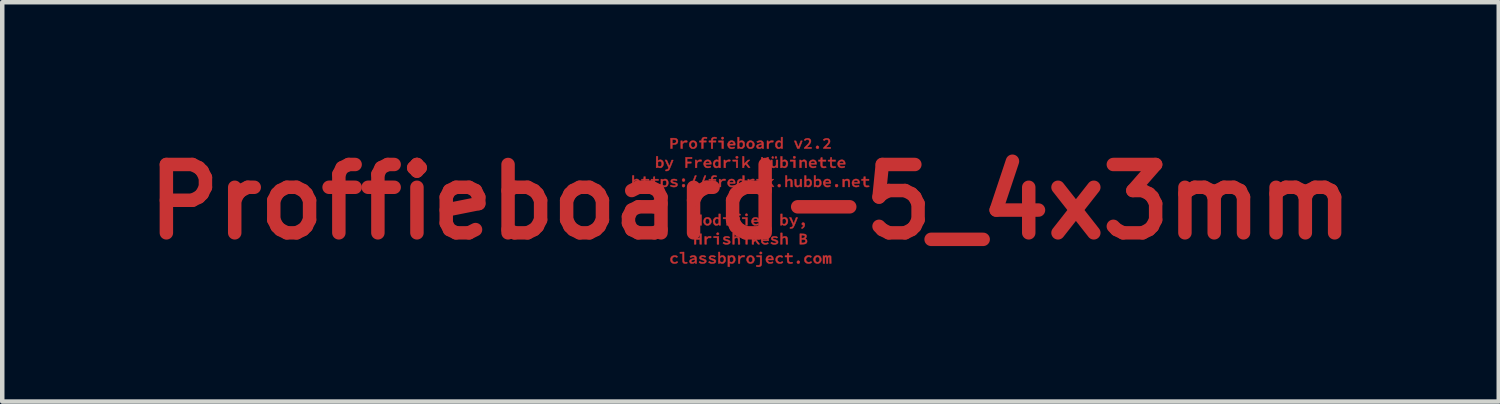
<source format=kicad_pcb>
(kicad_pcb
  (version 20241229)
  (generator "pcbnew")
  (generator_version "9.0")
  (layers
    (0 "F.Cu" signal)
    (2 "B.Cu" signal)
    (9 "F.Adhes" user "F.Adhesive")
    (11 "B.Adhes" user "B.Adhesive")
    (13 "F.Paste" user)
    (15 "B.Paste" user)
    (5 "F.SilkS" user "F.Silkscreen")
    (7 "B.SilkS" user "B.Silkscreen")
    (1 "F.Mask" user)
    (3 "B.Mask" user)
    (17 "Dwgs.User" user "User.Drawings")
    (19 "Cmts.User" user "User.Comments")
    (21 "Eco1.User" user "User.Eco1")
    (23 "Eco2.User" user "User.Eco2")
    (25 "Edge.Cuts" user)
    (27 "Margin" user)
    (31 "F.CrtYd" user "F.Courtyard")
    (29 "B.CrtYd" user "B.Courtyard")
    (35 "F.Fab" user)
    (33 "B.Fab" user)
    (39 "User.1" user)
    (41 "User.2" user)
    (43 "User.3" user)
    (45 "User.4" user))
  (footprint "Proffieboard-5_4x3mm"
    (layer "F.Cu")
    (at 13.687 1.453)
    (property "Reference" "Proffieboard-5_4x3mm" (at 0 0 0) (layer "F.Cu") (effects (font (size 1.524 1.524) (thickness 0.3))))
    (attr through_hole)
    (fp_poly (pts (xy -0.707 0.944) (xy -0.745 0.944) (xy -0.745 0.8) (xy -0.821 0.8) (xy -0.821 0.77) (xy -0.707 0.77) (xy -0.707 0.944)) (stroke (width 0.01) (type solid)) (fill yes) (layer "F.Cu"))
    (fp_poly (pts (xy -0.601 -1.19) (xy -0.639 -1.19) (xy -0.639 -1.333) (xy -0.715 -1.333) (xy -0.715 -1.363) (xy -0.601 -1.363) (xy -0.601 -1.19)) (stroke (width 0.01) (type solid)) (fill yes) (layer "F.Cu"))
    (fp_poly (pts (xy -0.495 0.521) (xy -0.533 0.521) (xy -0.533 0.377) (xy -0.61 0.377) (xy -0.61 0.347) (xy -0.495 0.347) (xy -0.495 0.521)) (stroke (width 0.01) (type solid)) (fill yes) (layer "F.Cu"))
    (fp_poly (pts (xy -0.068 0.521) (xy -0.106 0.521) (xy -0.106 0.377) (xy -0.182 0.377) (xy -0.182 0.347) (xy -0.068 0.347) (xy -0.068 0.521)) (stroke (width 0.01) (type solid)) (fill yes) (layer "F.Cu"))
    (fp_poly (pts (xy -0.068 0.944) (xy -0.106 0.944) (xy -0.106 0.8) (xy -0.182 0.8) (xy -0.182 0.77) (xy -0.068 0.77) (xy -0.068 0.944)) (stroke (width 0.01) (type solid)) (fill yes) (layer "F.Cu"))
    (fp_poly (pts (xy 0.999 -0.762) (xy 0.961 -0.762) (xy 0.961 -0.906) (xy 0.885 -0.906) (xy 0.885 -0.936) (xy 0.999 -0.936) (xy 0.999 -0.762)) (stroke (width 0.01) (type solid)) (fill yes) (layer "F.Cu"))
    (fp_poly (pts (xy -0.284 -0.762) (xy -0.318 -0.762) (xy -0.318 -0.906) (xy -0.357 -0.907) (xy -0.396 -0.908) (xy -0.397 -0.922) (xy -0.398 -0.936) (xy -0.284 -0.936) (xy -0.284 -0.762)) (stroke (width 0.01) (type solid)) (fill yes) (layer "F.Cu"))
    (fp_poly (pts (xy 0.25 -0.334) (xy 0.216 -0.334) (xy 0.216 -0.478) (xy 0.177 -0.479) (xy 0.138 -0.48) (xy 0.136 -0.494) (xy 0.135 -0.508) (xy 0.25 -0.508) (xy 0.25 -0.334)) (stroke (width 0.01) (type solid)) (fill yes) (layer "F.Cu"))
    (fp_poly (pts (xy -1.304 -0.965) (xy -1.414 -0.965) (xy -1.414 -0.893) (xy -1.321 -0.893) (xy -1.321 -0.864) (xy -1.366 -0.863) (xy -1.412 -0.861) (xy -1.413 -0.812) (xy -1.414 -0.762) (xy -1.448 -0.762) (xy -1.448 -0.995) (xy -1.304 -0.995) (xy -1.304 -0.965)) (stroke (width 0.01) (type solid)) (fill yes) (layer "F.Cu"))
    (fp_poly (pts (xy -1.215 0.804) (xy -1.13 0.804) (xy -1.13 0.711) (xy -1.092 0.711) (xy -1.092 0.944) (xy -1.13 0.944) (xy -1.13 0.838) (xy -1.215 0.838) (xy -1.215 0.944) (xy -1.253 0.944) (xy -1.253 0.711) (xy -1.215 0.711) (xy -1.215 0.804)) (stroke (width 0.01) (type solid)) (fill yes) (layer "F.Cu"))
    (fp_poly (pts (xy 0.275 -0.902) (xy 0.364 -0.902) (xy 0.364 -0.995) (xy 0.402 -0.995) (xy 0.402 -0.762) (xy 0.364 -0.762) (xy 0.364 -0.868) (xy 0.275 -0.868) (xy 0.275 -0.762) (xy 0.241 -0.762) (xy 0.241 -0.995) (xy 0.275 -0.995) (xy 0.275 -0.902)) (stroke (width 0.01) (type solid)) (fill yes) (layer "F.Cu"))
    (fp_poly (pts (xy -0.509 0.264) (xy -0.498 0.27) (xy -0.492 0.282) (xy -0.491 0.289) (xy -0.495 0.301) (xy -0.504 0.309) (xy -0.515 0.313) (xy -0.528 0.311) (xy -0.535 0.306) (xy -0.541 0.293) (xy -0.541 0.28) (xy -0.534 0.269) (xy -0.522 0.263) (xy -0.509 0.264)) (stroke (width 0.01) (type solid)) (fill yes) (layer "F.Cu"))
    (fp_poly (pts (xy -0.609 -1.444) (xy -0.601 -1.435) (xy -0.597 -1.424) (xy -0.599 -1.411) (xy -0.605 -1.404) (xy -0.616 -1.398) (xy -0.629 -1.397) (xy -0.638 -1.4) (xy -0.646 -1.41) (xy -0.649 -1.423) (xy -0.647 -1.432) (xy -0.639 -1.443) (xy -0.629 -1.447) (xy -0.622 -1.448) (xy -0.609 -1.444)) (stroke (width 0.01) (type solid)) (fill yes) (layer "F.Cu"))
    (fp_poly (pts (xy -0.076 0.266) (xy -0.068 0.275) (xy -0.064 0.287) (xy -0.066 0.299) (xy -0.071 0.306) (xy -0.082 0.312) (xy -0.095 0.313) (xy -0.104 0.31) (xy -0.113 0.3) (xy -0.116 0.288) (xy -0.114 0.278) (xy -0.106 0.268) (xy -0.096 0.263) (xy -0.088 0.263) (xy -0.076 0.266)) (stroke (width 0.01) (type solid)) (fill yes) (layer "F.Cu"))
    (fp_poly (pts (xy -0.076 0.689) (xy -0.068 0.698) (xy -0.064 0.71) (xy -0.066 0.722) (xy -0.071 0.73) (xy -0.082 0.735) (xy -0.095 0.736) (xy -0.104 0.733) (xy -0.113 0.723) (xy -0.116 0.711) (xy -0.114 0.702) (xy -0.106 0.691) (xy -0.096 0.686) (xy -0.088 0.686) (xy -0.076 0.689)) (stroke (width 0.01) (type solid)) (fill yes) (layer "F.Cu"))
    (fp_poly (pts (xy 0.5 -1.014) (xy 0.506 -1.01) (xy 0.514 -1.001) (xy 0.517 -0.989) (xy 0.514 -0.977) (xy 0.511 -0.975) (xy 0.502 -0.97) (xy 0.49 -0.971) (xy 0.481 -0.976) (xy 0.475 -0.987) (xy 0.476 -0.999) (xy 0.484 -1.01) (xy 0.485 -1.01) (xy 0.493 -1.015) (xy 0.5 -1.014)) (stroke (width 0.01) (type solid)) (fill yes) (layer "F.Cu"))
    (fp_poly (pts (xy 0.571 -1.014) (xy 0.578 -1.01) (xy 0.587 -1) (xy 0.589 -0.989) (xy 0.585 -0.979) (xy 0.575 -0.971) (xy 0.566 -0.969) (xy 0.558 -0.972) (xy 0.553 -0.976) (xy 0.547 -0.987) (xy 0.548 -0.999) (xy 0.556 -1.01) (xy 0.557 -1.01) (xy 0.565 -1.015) (xy 0.571 -1.014)) (stroke (width 0.01) (type solid)) (fill yes) (layer "F.Cu"))
    (fp_poly (pts (xy 0.991 -1.017) (xy 0.999 -1.008) (xy 1.003 -0.996) (xy 1.001 -0.984) (xy 0.996 -0.976) (xy 0.985 -0.971) (xy 0.972 -0.97) (xy 0.963 -0.973) (xy 0.954 -0.983) (xy 0.951 -0.995) (xy 0.953 -1.004) (xy 0.961 -1.015) (xy 0.971 -1.02) (xy 0.978 -1.02) (xy 0.991 -1.017)) (stroke (width 0.01) (type solid)) (fill yes) (layer "F.Cu"))
    (fp_poly (pts (xy -1.48 -0.517) (xy -1.469 -0.508) (xy -1.462 -0.495) (xy -1.461 -0.488) (xy -1.464 -0.473) (xy -1.473 -0.462) (xy -1.486 -0.455) (xy -1.5 -0.455) (xy -1.511 -0.46) (xy -1.521 -0.471) (xy -1.525 -0.485) (xy -1.524 -0.499) (xy -1.516 -0.511) (xy -1.504 -0.519) (xy -1.493 -0.521) (xy -1.48 -0.517)) (stroke (width 0.01) (type solid)) (fill yes) (layer "F.Cu"))
    (fp_poly (pts (xy -0.29 -1.016) (xy -0.28 -1.008) (xy -0.275 -0.997) (xy -0.275 -0.995) (xy -0.279 -0.984) (xy -0.288 -0.975) (xy -0.3 -0.97) (xy -0.303 -0.969) (xy -0.314 -0.972) (xy -0.322 -0.978) (xy -0.329 -0.99) (xy -0.328 -1.002) (xy -0.324 -1.011) (xy -0.314 -1.018) (xy -0.302 -1.02) (xy -0.29 -1.016)) (stroke (width 0.01) (type solid)) (fill yes) (layer "F.Cu"))
    (fp_poly (pts (xy 0.244 -0.588) (xy 0.253 -0.581) (xy 0.258 -0.569) (xy 0.258 -0.567) (xy 0.255 -0.556) (xy 0.245 -0.547) (xy 0.234 -0.542) (xy 0.231 -0.542) (xy 0.22 -0.545) (xy 0.212 -0.55) (xy 0.204 -0.562) (xy 0.205 -0.575) (xy 0.21 -0.583) (xy 0.219 -0.591) (xy 0.232 -0.592) (xy 0.244 -0.588)) (stroke (width 0.01) (type solid)) (fill yes) (layer "F.Cu"))
    (fp_poly (pts (xy 0.244 1.118) (xy 0.253 1.125) (xy 0.258 1.137) (xy 0.258 1.139) (xy 0.255 1.15) (xy 0.245 1.159) (xy 0.234 1.164) (xy 0.231 1.164) (xy 0.22 1.161) (xy 0.212 1.156) (xy 0.204 1.144) (xy 0.205 1.132) (xy 0.21 1.123) (xy 0.219 1.115) (xy 0.232 1.114) (xy 0.244 1.118)) (stroke (width 0.01) (type solid)) (fill yes) (layer "F.Cu"))
    (fp_poly (pts (xy 1.081 1.315) (xy 1.093 1.324) (xy 1.099 1.337) (xy 1.099 1.348) (xy 1.092 1.363) (xy 1.08 1.373) (xy 1.067 1.376) (xy 1.054 1.373) (xy 1.046 1.368) (xy 1.037 1.356) (xy 1.035 1.342) (xy 1.038 1.329) (xy 1.047 1.318) (xy 1.06 1.312) (xy 1.067 1.311) (xy 1.081 1.315)) (stroke (width 0.01) (type solid)) (fill yes) (layer "F.Cu"))
    (fp_poly (pts (xy 1.936 -0.392) (xy 1.946 -0.382) (xy 1.951 -0.366) (xy 1.952 -0.362) (xy 1.948 -0.348) (xy 1.939 -0.337) (xy 1.927 -0.331) (xy 1.914 -0.331) (xy 1.901 -0.337) (xy 1.897 -0.341) (xy 1.889 -0.356) (xy 1.889 -0.371) (xy 1.894 -0.384) (xy 1.905 -0.392) (xy 1.92 -0.395) (xy 1.936 -0.392)) (stroke (width 0.01) (type solid)) (fill yes) (layer "F.Cu"))
    (fp_poly (pts (xy -1.478 -0.393) (xy -1.469 -0.384) (xy -1.463 -0.372) (xy -1.462 -0.359) (xy -1.467 -0.345) (xy -1.471 -0.341) (xy -1.484 -0.332) (xy -1.499 -0.33) (xy -1.512 -0.335) (xy -1.512 -0.335) (xy -1.522 -0.348) (xy -1.526 -0.362) (xy -1.522 -0.377) (xy -1.513 -0.389) (xy -1.506 -0.393) (xy -1.491 -0.396) (xy -1.478 -0.393)) (stroke (width 0.01) (type solid)) (fill yes) (layer "F.Cu"))
    (fp_poly (pts (xy -1.424 -1.366) (xy -1.414 -1.363) (xy -1.411 -1.356) (xy -1.411 -1.346) (xy -1.414 -1.331) (xy -1.478 -1.331) (xy -1.516 -1.292) (xy -1.516 -1.19) (xy -1.554 -1.19) (xy -1.554 -1.363) (xy -1.52 -1.363) (xy -1.52 -1.325) (xy -1.504 -1.34) (xy -1.484 -1.356) (xy -1.462 -1.365) (xy -1.441 -1.367) (xy -1.424 -1.366)) (stroke (width 0.01) (type solid)) (fill yes) (layer "F.Cu"))
    (fp_poly (pts (xy -0.718 0.689) (xy -0.708 0.698) (xy -0.703 0.708) (xy -0.703 0.711) (xy -0.706 0.722) (xy -0.716 0.731) (xy -0.727 0.736) (xy -0.73 0.737) (xy -0.741 0.734) (xy -0.749 0.728) (xy -0.756 0.719) (xy -0.758 0.711) (xy -0.754 0.7) (xy -0.745 0.691) (xy -0.733 0.686) (xy -0.73 0.686) (xy -0.718 0.689)) (stroke (width 0.01) (type solid)) (fill yes) (layer "F.Cu"))
    (fp_poly (pts (xy 0.655 -0.393) (xy 0.665 -0.384) (xy 0.671 -0.372) (xy 0.672 -0.359) (xy 0.667 -0.345) (xy 0.663 -0.341) (xy 0.65 -0.332) (xy 0.635 -0.33) (xy 0.622 -0.335) (xy 0.621 -0.335) (xy 0.611 -0.348) (xy 0.608 -0.362) (xy 0.611 -0.377) (xy 0.621 -0.389) (xy 0.628 -0.393) (xy 0.642 -0.396) (xy 0.655 -0.393)) (stroke (width 0.01) (type solid)) (fill yes) (layer "F.Cu"))
    (fp_poly (pts (xy 1.498 -1.25) (xy 1.51 -1.245) (xy 1.52 -1.236) (xy 1.525 -1.224) (xy 1.524 -1.209) (xy 1.524 -1.207) (xy 1.515 -1.193) (xy 1.503 -1.186) (xy 1.488 -1.186) (xy 1.474 -1.193) (xy 1.471 -1.196) (xy 1.462 -1.208) (xy 1.461 -1.222) (xy 1.465 -1.234) (xy 1.474 -1.245) (xy 1.486 -1.251) (xy 1.498 -1.25)) (stroke (width 0.01) (type solid)) (fill yes) (layer "F.Cu"))
    (fp_poly (pts (xy -0.89 0.767) (xy -0.881 0.771) (xy -0.877 0.777) (xy -0.878 0.788) (xy -0.881 0.802) (xy -0.945 0.802) (xy -0.963 0.822) (xy -0.982 0.842) (xy -0.982 0.944) (xy -1.02 0.944) (xy -1.02 0.77) (xy -0.986 0.77) (xy -0.986 0.809) (xy -0.971 0.793) (xy -0.951 0.777) (xy -0.929 0.768) (xy -0.907 0.766) (xy -0.89 0.767)) (stroke (width 0.01) (type solid)) (fill yes) (layer "F.Cu"))
    (fp_poly (pts (xy -0.998 -1.444) (xy -0.98 -1.441) (xy -0.971 -1.435) (xy -0.969 -1.43) (xy -0.971 -1.418) (xy -0.977 -1.413) (xy -0.987 -1.413) (xy -0.993 -1.414) (xy -1.015 -1.417) (xy -1.033 -1.413) (xy -1.046 -1.403) (xy -1.053 -1.387) (xy -1.054 -1.376) (xy -1.054 -1.363) (xy -0.986 -1.363) (xy -0.986 -1.333) (xy -1.054 -1.333) (xy -1.054 -1.19) (xy -1.092 -1.19) (xy -1.092 -1.333) (xy -1.139 -1.333) (xy -1.139 -1.363) (xy -1.093 -1.363) (xy -1.091 -1.383) (xy -1.084 -1.408) (xy -1.072 -1.427) (xy -1.054 -1.439) (xy -1.031 -1.445) (xy -1.023 -1.445) (xy -0.998 -1.444)) (stroke (width 0.01) (type solid)) (fill yes) (layer "F.Cu"))
    (fp_poly (pts (xy -0.463 -0.939) (xy -0.453 -0.936) (xy -0.45 -0.929) (xy -0.451 -0.919) (xy -0.451 -0.918) (xy -0.454 -0.91) (xy -0.458 -0.906) (xy -0.465 -0.905) (xy -0.478 -0.905) (xy -0.479 -0.905) (xy -0.5 -0.905) (xy -0.516 -0.9) (xy -0.53 -0.891) (xy -0.539 -0.882) (xy -0.555 -0.867) (xy -0.555 -0.762) (xy -0.593 -0.762) (xy -0.593 -0.936) (xy -0.577 -0.935) (xy -0.567 -0.933) (xy -0.562 -0.93) (xy -0.56 -0.922) (xy -0.56 -0.915) (xy -0.558 -0.897) (xy -0.548 -0.91) (xy -0.53 -0.925) (xy -0.508 -0.935) (xy -0.484 -0.94) (xy -0.48 -0.94) (xy -0.463 -0.939)) (stroke (width 0.01) (type solid)) (fill yes) (layer "F.Cu"))
    (fp_poly (pts (xy 0.07 -0.511) (xy 0.08 -0.508) (xy 0.084 -0.502) (xy 0.082 -0.492) (xy 0.082 -0.491) (xy 0.079 -0.483) (xy 0.076 -0.479) (xy 0.068 -0.477) (xy 0.055 -0.478) (xy 0.055 -0.478) (xy 0.034 -0.477) (xy 0.018 -0.473) (xy 0.003 -0.463) (xy -0.006 -0.455) (xy -0.021 -0.439) (xy -0.021 -0.334) (xy -0.059 -0.334) (xy -0.059 -0.509) (xy -0.043 -0.507) (xy -0.033 -0.506) (xy -0.029 -0.502) (xy -0.027 -0.494) (xy -0.026 -0.488) (xy -0.025 -0.47) (xy -0.014 -0.482) (xy 0.003 -0.497) (xy 0.025 -0.508) (xy 0.049 -0.512) (xy 0.053 -0.512) (xy 0.07 -0.511)) (stroke (width 0.01) (type solid)) (fill yes) (layer "F.Cu"))
    (fp_poly (pts (xy -0.144 -0.849) (xy -0.1 -0.892) (xy -0.083 -0.909) (xy -0.071 -0.921) (xy -0.062 -0.929) (xy -0.055 -0.933) (xy -0.048 -0.935) (xy -0.041 -0.936) (xy -0.036 -0.936) (xy -0.015 -0.936) (xy -0.084 -0.866) (xy -0.009 -0.764) (xy -0.029 -0.763) (xy -0.043 -0.763) (xy -0.051 -0.767) (xy -0.051 -0.767) (xy -0.055 -0.773) (xy -0.063 -0.783) (xy -0.073 -0.797) (xy -0.08 -0.808) (xy -0.107 -0.844) (xy -0.125 -0.825) (xy -0.136 -0.814) (xy -0.141 -0.806) (xy -0.144 -0.797) (xy -0.144 -0.784) (xy -0.144 -0.762) (xy -0.178 -0.762) (xy -0.178 -1.016) (xy -0.144 -1.016) (xy -0.144 -0.849)) (stroke (width 0.01) (type solid)) (fill yes) (layer "F.Cu"))
    (fp_poly (pts (xy 0.389 -0.421) (xy 0.433 -0.465) (xy 0.45 -0.482) (xy 0.462 -0.493) (xy 0.471 -0.501) (xy 0.478 -0.505) (xy 0.485 -0.507) (xy 0.492 -0.508) (xy 0.497 -0.508) (xy 0.518 -0.508) (xy 0.484 -0.473) (xy 0.449 -0.438) (xy 0.524 -0.337) (xy 0.505 -0.335) (xy 0.49 -0.336) (xy 0.482 -0.339) (xy 0.482 -0.339) (xy 0.478 -0.345) (xy 0.471 -0.356) (xy 0.461 -0.37) (xy 0.453 -0.38) (xy 0.427 -0.416) (xy 0.408 -0.398) (xy 0.398 -0.387) (xy 0.392 -0.378) (xy 0.39 -0.369) (xy 0.389 -0.357) (xy 0.389 -0.334) (xy 0.356 -0.334) (xy 0.356 -0.588) (xy 0.389 -0.588) (xy 0.389 -0.421)) (stroke (width 0.01) (type solid)) (fill yes) (layer "F.Cu"))
    (fp_poly (pts (xy 0.813 -0.482) (xy 0.83 -0.496) (xy 0.851 -0.507) (xy 0.874 -0.512) (xy 0.897 -0.509) (xy 0.903 -0.506) (xy 0.914 -0.501) (xy 0.922 -0.492) (xy 0.928 -0.481) (xy 0.932 -0.465) (xy 0.934 -0.443) (xy 0.935 -0.415) (xy 0.935 -0.399) (xy 0.936 -0.334) (xy 0.897 -0.334) (xy 0.897 -0.397) (xy 0.897 -0.423) (xy 0.897 -0.441) (xy 0.896 -0.453) (xy 0.894 -0.461) (xy 0.892 -0.467) (xy 0.89 -0.47) (xy 0.878 -0.478) (xy 0.863 -0.48) (xy 0.845 -0.476) (xy 0.83 -0.468) (xy 0.813 -0.456) (xy 0.813 -0.334) (xy 0.779 -0.334) (xy 0.779 -0.588) (xy 0.813 -0.588) (xy 0.813 -0.482)) (stroke (width 0.01) (type solid)) (fill yes) (layer "F.Cu"))
    (fp_poly (pts (xy 1.191 0.465) (xy 1.202 0.474) (xy 1.209 0.488) (xy 1.211 0.504) (xy 1.21 0.523) (xy 1.204 0.542) (xy 1.195 0.56) (xy 1.181 0.576) (xy 1.166 0.587) (xy 1.154 0.594) (xy 1.148 0.596) (xy 1.144 0.594) (xy 1.14 0.588) (xy 1.14 0.587) (xy 1.138 0.58) (xy 1.14 0.575) (xy 1.147 0.569) (xy 1.152 0.565) (xy 1.164 0.555) (xy 1.173 0.543) (xy 1.175 0.54) (xy 1.18 0.529) (xy 1.18 0.523) (xy 1.176 0.52) (xy 1.168 0.519) (xy 1.154 0.512) (xy 1.146 0.502) (xy 1.144 0.49) (xy 1.147 0.478) (xy 1.155 0.468) (xy 1.167 0.462) (xy 1.175 0.461) (xy 1.191 0.465)) (stroke (width 0.01) (type solid)) (fill yes) (layer "F.Cu"))
    (fp_poly (pts (xy -1.109 -0.939) (xy -1.096 -0.937) (xy -1.09 -0.935) (xy -1.089 -0.929) (xy -1.091 -0.92) (xy -1.091 -0.918) (xy -1.095 -0.904) (xy -1.121 -0.905) (xy -1.146 -0.904) (xy -1.166 -0.895) (xy -1.183 -0.88) (xy -1.185 -0.876) (xy -1.189 -0.87) (xy -1.191 -0.863) (xy -1.193 -0.852) (xy -1.194 -0.837) (xy -1.194 -0.815) (xy -1.194 -0.813) (xy -1.194 -0.762) (xy -1.232 -0.762) (xy -1.232 -0.936) (xy -1.217 -0.936) (xy -1.208 -0.935) (xy -1.203 -0.931) (xy -1.201 -0.922) (xy -1.2 -0.918) (xy -1.197 -0.901) (xy -1.181 -0.916) (xy -1.168 -0.926) (xy -1.154 -0.934) (xy -1.149 -0.936) (xy -1.138 -0.938) (xy -1.123 -0.939) (xy -1.109 -0.939)) (stroke (width 0.01) (type solid)) (fill yes) (layer "F.Cu"))
    (fp_poly (pts (xy -0.783 -1.444) (xy -0.767 -1.44) (xy -0.758 -1.436) (xy -0.755 -1.431) (xy -0.757 -1.423) (xy -0.757 -1.421) (xy -0.761 -1.415) (xy -0.765 -1.412) (xy -0.774 -1.413) (xy -0.779 -1.414) (xy -0.799 -1.417) (xy -0.817 -1.414) (xy -0.83 -1.407) (xy -0.832 -1.405) (xy -0.837 -1.396) (xy -0.841 -1.383) (xy -0.841 -1.38) (xy -0.844 -1.363) (xy -0.77 -1.363) (xy -0.77 -1.333) (xy -0.842 -1.333) (xy -0.842 -1.19) (xy -0.876 -1.19) (xy -0.876 -1.333) (xy -0.927 -1.333) (xy -0.927 -1.363) (xy -0.876 -1.363) (xy -0.876 -1.381) (xy -0.873 -1.404) (xy -0.862 -1.422) (xy -0.846 -1.436) (xy -0.825 -1.444) (xy -0.8 -1.446) (xy -0.783 -1.444)) (stroke (width 0.01) (type solid)) (fill yes) (layer "F.Cu"))
    (fp_poly (pts (xy -0.783 -0.588) (xy -0.767 -0.585) (xy -0.758 -0.581) (xy -0.755 -0.576) (xy -0.757 -0.568) (xy -0.757 -0.566) (xy -0.761 -0.56) (xy -0.765 -0.557) (xy -0.774 -0.558) (xy -0.779 -0.559) (xy -0.799 -0.561) (xy -0.817 -0.559) (xy -0.83 -0.552) (xy -0.832 -0.55) (xy -0.837 -0.541) (xy -0.841 -0.528) (xy -0.841 -0.525) (xy -0.844 -0.508) (xy -0.77 -0.508) (xy -0.77 -0.478) (xy -0.842 -0.478) (xy -0.842 -0.334) (xy -0.876 -0.334) (xy -0.876 -0.478) (xy -0.927 -0.478) (xy -0.927 -0.508) (xy -0.876 -0.508) (xy -0.876 -0.525) (xy -0.873 -0.548) (xy -0.862 -0.567) (xy -0.846 -0.581) (xy -0.825 -0.589) (xy -0.8 -0.59) (xy -0.783 -0.588)) (stroke (width 0.01) (type solid)) (fill yes) (layer "F.Cu"))
    (fp_poly (pts (xy -0.575 -0.511) (xy -0.563 -0.509) (xy -0.556 -0.507) (xy -0.556 -0.502) (xy -0.557 -0.492) (xy -0.558 -0.491) (xy -0.561 -0.477) (xy -0.588 -0.478) (xy -0.613 -0.476) (xy -0.633 -0.468) (xy -0.649 -0.452) (xy -0.652 -0.449) (xy -0.656 -0.443) (xy -0.658 -0.435) (xy -0.659 -0.425) (xy -0.66 -0.409) (xy -0.66 -0.388) (xy -0.66 -0.386) (xy -0.66 -0.334) (xy -0.699 -0.334) (xy -0.699 -0.508) (xy -0.684 -0.508) (xy -0.675 -0.507) (xy -0.67 -0.504) (xy -0.667 -0.495) (xy -0.667 -0.491) (xy -0.664 -0.474) (xy -0.648 -0.488) (xy -0.635 -0.498) (xy -0.621 -0.506) (xy -0.616 -0.508) (xy -0.605 -0.51) (xy -0.59 -0.511) (xy -0.575 -0.511)) (stroke (width 0.01) (type solid)) (fill yes) (layer "F.Cu"))
    (fp_poly (pts (xy -0.25 0.267) (xy -0.234 0.27) (xy -0.225 0.274) (xy -0.222 0.279) (xy -0.223 0.287) (xy -0.224 0.289) (xy -0.227 0.296) (xy -0.232 0.298) (xy -0.241 0.297) (xy -0.246 0.296) (xy -0.266 0.294) (xy -0.284 0.296) (xy -0.297 0.303) (xy -0.299 0.305) (xy -0.304 0.314) (xy -0.307 0.327) (xy -0.308 0.33) (xy -0.31 0.347) (xy -0.237 0.347) (xy -0.237 0.377) (xy -0.309 0.377) (xy -0.309 0.521) (xy -0.343 0.521) (xy -0.343 0.377) (xy -0.394 0.377) (xy -0.394 0.347) (xy -0.343 0.347) (xy -0.343 0.33) (xy -0.339 0.307) (xy -0.329 0.288) (xy -0.313 0.275) (xy -0.292 0.267) (xy -0.266 0.265) (xy -0.25 0.267)) (stroke (width 0.01) (type solid)) (fill yes) (layer "F.Cu"))
    (fp_poly (pts (xy -0.142 1.196) (xy -0.133 1.197) (xy -0.129 1.199) (xy -0.129 1.204) (xy -0.131 1.213) (xy -0.131 1.215) (xy -0.135 1.23) (xy -0.162 1.228) (xy -0.178 1.228) (xy -0.19 1.23) (xy -0.199 1.235) (xy -0.203 1.237) (xy -0.217 1.247) (xy -0.226 1.258) (xy -0.232 1.272) (xy -0.236 1.289) (xy -0.237 1.312) (xy -0.237 1.324) (xy -0.237 1.372) (xy -0.271 1.372) (xy -0.271 1.198) (xy -0.256 1.198) (xy -0.246 1.199) (xy -0.242 1.202) (xy -0.241 1.212) (xy -0.241 1.213) (xy -0.24 1.225) (xy -0.236 1.229) (xy -0.229 1.226) (xy -0.224 1.221) (xy -0.203 1.204) (xy -0.18 1.196) (xy -0.156 1.195) (xy -0.142 1.196)) (stroke (width 0.01) (type solid)) (fill yes) (layer "F.Cu"))
    (fp_poly (pts (xy 0.492 -1.366) (xy 0.504 -1.365) (xy 0.51 -1.362) (xy 0.511 -1.357) (xy 0.509 -1.347) (xy 0.509 -1.346) (xy 0.505 -1.332) (xy 0.479 -1.333) (xy 0.454 -1.331) (xy 0.434 -1.323) (xy 0.418 -1.308) (xy 0.415 -1.304) (xy 0.411 -1.298) (xy 0.409 -1.29) (xy 0.407 -1.28) (xy 0.407 -1.265) (xy 0.406 -1.243) (xy 0.406 -1.241) (xy 0.406 -1.19) (xy 0.368 -1.19) (xy 0.368 -1.363) (xy 0.383 -1.363) (xy 0.392 -1.362) (xy 0.397 -1.359) (xy 0.399 -1.35) (xy 0.4 -1.346) (xy 0.403 -1.329) (xy 0.419 -1.343) (xy 0.432 -1.353) (xy 0.446 -1.361) (xy 0.451 -1.363) (xy 0.462 -1.365) (xy 0.477 -1.366) (xy 0.492 -1.366)) (stroke (width 0.01) (type solid)) (fill yes) (layer "F.Cu"))
    (fp_poly (pts (xy 1.15 -1.363) (xy 1.152 -1.362) (xy 1.153 -1.359) (xy 1.152 -1.353) (xy 1.149 -1.342) (xy 1.143 -1.327) (xy 1.135 -1.307) (xy 1.124 -1.279) (xy 1.12 -1.27) (xy 1.089 -1.192) (xy 1.068 -1.19) (xy 1.047 -1.189) (xy 1.012 -1.274) (xy 1.002 -1.299) (xy 0.993 -1.321) (xy 0.986 -1.34) (xy 0.981 -1.353) (xy 0.978 -1.36) (xy 0.978 -1.361) (xy 0.982 -1.362) (xy 0.991 -1.363) (xy 0.996 -1.362) (xy 1.014 -1.361) (xy 1.041 -1.29) (xy 1.068 -1.218) (xy 1.076 -1.241) (xy 1.081 -1.254) (xy 1.088 -1.272) (xy 1.096 -1.294) (xy 1.103 -1.313) (xy 1.123 -1.363) (xy 1.139 -1.363) (xy 1.145 -1.363) (xy 1.15 -1.363)) (stroke (width 0.01) (type solid)) (fill yes) (layer "F.Cu"))
    (fp_poly (pts (xy -1.482 1.325) (xy -1.471 1.336) (xy -1.464 1.343) (xy -1.456 1.345) (xy -1.446 1.345) (xy -1.438 1.344) (xy -1.424 1.343) (xy -1.417 1.344) (xy -1.414 1.347) (xy -1.412 1.351) (xy -1.41 1.361) (xy -1.412 1.366) (xy -1.42 1.37) (xy -1.423 1.371) (xy -1.444 1.375) (xy -1.466 1.374) (xy -1.485 1.37) (xy -1.496 1.362) (xy -1.506 1.351) (xy -1.507 1.35) (xy -1.51 1.344) (xy -1.512 1.339) (xy -1.513 1.331) (xy -1.514 1.32) (xy -1.515 1.305) (xy -1.515 1.284) (xy -1.516 1.257) (xy -1.516 1.241) (xy -1.516 1.147) (xy -1.575 1.147) (xy -1.574 1.133) (xy -1.573 1.12) (xy -1.527 1.119) (xy -1.482 1.117) (xy -1.482 1.325)) (stroke (width 0.01) (type solid)) (fill yes) (layer "F.Cu"))
    (fp_poly (pts (xy -1.207 -0.586) (xy -1.207 -0.586) (xy -1.208 -0.581) (xy -1.212 -0.569) (xy -1.219 -0.552) (xy -1.228 -0.528) (xy -1.238 -0.501) (xy -1.25 -0.47) (xy -1.262 -0.436) (xy -1.265 -0.43) (xy -1.28 -0.391) (xy -1.292 -0.359) (xy -1.301 -0.334) (xy -1.309 -0.315) (xy -1.315 -0.3) (xy -1.32 -0.29) (xy -1.324 -0.283) (xy -1.327 -0.279) (xy -1.33 -0.277) (xy -1.333 -0.276) (xy -1.336 -0.276) (xy -1.346 -0.276) (xy -1.351 -0.277) (xy -1.35 -0.282) (xy -1.347 -0.293) (xy -1.341 -0.311) (xy -1.333 -0.334) (xy -1.323 -0.361) (xy -1.311 -0.392) (xy -1.299 -0.425) (xy -1.296 -0.433) (xy -1.238 -0.586) (xy -1.222 -0.588) (xy -1.212 -0.588) (xy -1.207 -0.586)) (stroke (width 0.01) (type solid)) (fill yes) (layer "F.Cu"))
    (fp_poly (pts (xy -0.359 0.741) (xy -0.358 0.792) (xy -0.342 0.78) (xy -0.322 0.771) (xy -0.3 0.767) (xy -0.278 0.769) (xy -0.27 0.772) (xy -0.26 0.778) (xy -0.252 0.786) (xy -0.246 0.797) (xy -0.242 0.812) (xy -0.24 0.832) (xy -0.238 0.858) (xy -0.238 0.877) (xy -0.236 0.944) (xy -0.275 0.944) (xy -0.275 0.885) (xy -0.276 0.856) (xy -0.277 0.834) (xy -0.279 0.819) (xy -0.284 0.809) (xy -0.29 0.803) (xy -0.298 0.799) (xy -0.3 0.799) (xy -0.318 0.799) (xy -0.337 0.806) (xy -0.348 0.813) (xy -0.36 0.822) (xy -0.36 0.944) (xy -0.398 0.944) (xy -0.397 0.818) (xy -0.396 0.692) (xy -0.378 0.691) (xy -0.36 0.69) (xy -0.359 0.741)) (stroke (width 0.01) (type solid)) (fill yes) (layer "F.Cu"))
    (fp_poly (pts (xy 0.708 0.741) (xy 0.709 0.792) (xy 0.725 0.78) (xy 0.745 0.771) (xy 0.767 0.767) (xy 0.789 0.769) (xy 0.797 0.772) (xy 0.807 0.778) (xy 0.815 0.786) (xy 0.821 0.797) (xy 0.825 0.812) (xy 0.827 0.832) (xy 0.828 0.858) (xy 0.829 0.877) (xy 0.83 0.944) (xy 0.792 0.944) (xy 0.792 0.885) (xy 0.791 0.856) (xy 0.79 0.834) (xy 0.787 0.819) (xy 0.783 0.809) (xy 0.777 0.803) (xy 0.769 0.799) (xy 0.766 0.799) (xy 0.749 0.799) (xy 0.73 0.806) (xy 0.719 0.813) (xy 0.707 0.822) (xy 0.707 0.944) (xy 0.669 0.944) (xy 0.67 0.818) (xy 0.671 0.692) (xy 0.689 0.691) (xy 0.707 0.69) (xy 0.708 0.741)) (stroke (width 0.01) (type solid)) (fill yes) (layer "F.Cu"))
    (fp_poly (pts (xy -2.6 -0.537) (xy -2.601 -0.485) (xy -2.581 -0.498) (xy -2.559 -0.509) (xy -2.537 -0.513) (xy -2.517 -0.509) (xy -2.499 -0.498) (xy -2.49 -0.487) (xy -2.487 -0.481) (xy -2.484 -0.475) (xy -2.482 -0.467) (xy -2.481 -0.456) (xy -2.481 -0.44) (xy -2.481 -0.418) (xy -2.481 -0.404) (xy -2.481 -0.334) (xy -2.515 -0.334) (xy -2.515 -0.391) (xy -2.515 -0.42) (xy -2.516 -0.441) (xy -2.519 -0.457) (xy -2.523 -0.467) (xy -2.528 -0.474) (xy -2.536 -0.478) (xy -2.537 -0.478) (xy -2.554 -0.48) (xy -2.572 -0.475) (xy -2.586 -0.467) (xy -2.599 -0.457) (xy -2.599 -0.334) (xy -2.637 -0.334) (xy -2.636 -0.46) (xy -2.635 -0.586) (xy -2.617 -0.588) (xy -2.599 -0.589) (xy -2.6 -0.537)) (stroke (width 0.01) (type solid)) (fill yes) (layer "F.Cu"))
    (fp_poly (pts (xy 1.217 -0.937) (xy 1.234 -0.926) (xy 1.243 -0.915) (xy 1.247 -0.909) (xy 1.25 -0.903) (xy 1.251 -0.895) (xy 1.252 -0.884) (xy 1.253 -0.868) (xy 1.253 -0.846) (xy 1.253 -0.831) (xy 1.253 -0.762) (xy 1.219 -0.762) (xy 1.219 -0.819) (xy 1.219 -0.847) (xy 1.218 -0.869) (xy 1.215 -0.884) (xy 1.211 -0.895) (xy 1.205 -0.901) (xy 1.197 -0.906) (xy 1.197 -0.906) (xy 1.179 -0.908) (xy 1.161 -0.903) (xy 1.148 -0.895) (xy 1.135 -0.884) (xy 1.135 -0.762) (xy 1.096 -0.762) (xy 1.096 -0.936) (xy 1.112 -0.935) (xy 1.123 -0.933) (xy 1.128 -0.929) (xy 1.129 -0.922) (xy 1.131 -0.911) (xy 1.152 -0.925) (xy 1.175 -0.937) (xy 1.197 -0.94) (xy 1.217 -0.937)) (stroke (width 0.01) (type solid)) (fill yes) (layer "F.Cu"))
    (fp_poly (pts (xy 0.25 1.299) (xy 0.25 1.334) (xy 0.249 1.362) (xy 0.248 1.384) (xy 0.246 1.4) (xy 0.243 1.413) (xy 0.238 1.422) (xy 0.232 1.428) (xy 0.224 1.434) (xy 0.216 1.438) (xy 0.196 1.445) (xy 0.173 1.447) (xy 0.146 1.443) (xy 0.145 1.443) (xy 0.132 1.438) (xy 0.127 1.431) (xy 0.13 1.421) (xy 0.132 1.417) (xy 0.137 1.413) (xy 0.144 1.412) (xy 0.155 1.414) (xy 0.156 1.415) (xy 0.176 1.417) (xy 0.194 1.414) (xy 0.206 1.405) (xy 0.211 1.396) (xy 0.213 1.387) (xy 0.214 1.371) (xy 0.215 1.349) (xy 0.216 1.323) (xy 0.216 1.306) (xy 0.216 1.228) (xy 0.177 1.227) (xy 0.138 1.226) (xy 0.136 1.212) (xy 0.135 1.198) (xy 0.25 1.198) (xy 0.25 1.299)) (stroke (width 0.01) (type solid)) (fill yes) (layer "F.Cu"))
    (fp_poly (pts (xy -1 -0.587) (xy -0.995 -0.585) (xy -0.995 -0.585) (xy -0.996 -0.58) (xy -1 -0.568) (xy -1.007 -0.551) (xy -1.015 -0.528) (xy -1.025 -0.5) (xy -1.037 -0.47) (xy -1.048 -0.44) (xy -1.061 -0.407) (xy -1.072 -0.375) (xy -1.083 -0.348) (xy -1.092 -0.324) (xy -1.099 -0.305) (xy -1.104 -0.292) (xy -1.106 -0.287) (xy -1.11 -0.279) (xy -1.118 -0.275) (xy -1.124 -0.275) (xy -1.134 -0.276) (xy -1.139 -0.279) (xy -1.139 -0.279) (xy -1.137 -0.284) (xy -1.133 -0.295) (xy -1.127 -0.313) (xy -1.119 -0.335) (xy -1.109 -0.361) (xy -1.099 -0.389) (xy -1.087 -0.42) (xy -1.076 -0.451) (xy -1.064 -0.482) (xy -1.053 -0.511) (xy -1.043 -0.538) (xy -1.034 -0.562) (xy -1.026 -0.581) (xy -1.02 -0.587) (xy -1.009 -0.588) (xy -1 -0.587)) (stroke (width 0.01) (type solid)) (fill yes) (layer "F.Cu"))
    (fp_poly (pts (xy 1.718 -1.418) (xy 1.741 -1.411) (xy 1.759 -1.397) (xy 1.77 -1.378) (xy 1.774 -1.355) (xy 1.774 -1.353) (xy 1.772 -1.335) (xy 1.765 -1.317) (xy 1.753 -1.298) (xy 1.736 -1.276) (xy 1.715 -1.254) (xy 1.681 -1.219) (xy 1.786 -1.219) (xy 1.786 -1.19) (xy 1.626 -1.19) (xy 1.626 -1.2) (xy 1.629 -1.209) (xy 1.639 -1.222) (xy 1.648 -1.23) (xy 1.678 -1.259) (xy 1.701 -1.283) (xy 1.719 -1.303) (xy 1.731 -1.321) (xy 1.738 -1.338) (xy 1.74 -1.352) (xy 1.74 -1.353) (xy 1.736 -1.369) (xy 1.727 -1.381) (xy 1.713 -1.388) (xy 1.696 -1.39) (xy 1.677 -1.387) (xy 1.658 -1.377) (xy 1.655 -1.376) (xy 1.642 -1.366) (xy 1.631 -1.377) (xy 1.62 -1.388) (xy 1.64 -1.401) (xy 1.665 -1.413) (xy 1.692 -1.419) (xy 1.718 -1.418)) (stroke (width 0.01) (type solid)) (fill yes) (layer "F.Cu"))
    (fp_poly (pts (xy -1.732 -1.422) (xy -1.711 -1.422) (xy -1.691 -1.421) (xy -1.675 -1.419) (xy -1.667 -1.418) (xy -1.646 -1.408) (xy -1.63 -1.393) (xy -1.621 -1.373) (xy -1.618 -1.35) (xy -1.621 -1.334) (xy -1.629 -1.314) (xy -1.641 -1.299) (xy -1.658 -1.288) (xy -1.681 -1.282) (xy -1.707 -1.279) (xy -1.744 -1.277) (xy -1.744 -1.19) (xy -1.782 -1.19) (xy -1.782 -1.308) (xy -1.744 -1.308) (xy -1.719 -1.308) (xy -1.702 -1.309) (xy -1.686 -1.312) (xy -1.679 -1.314) (xy -1.668 -1.32) (xy -1.66 -1.328) (xy -1.66 -1.329) (xy -1.655 -1.345) (xy -1.657 -1.363) (xy -1.665 -1.378) (xy -1.665 -1.379) (xy -1.671 -1.385) (xy -1.678 -1.388) (xy -1.687 -1.39) (xy -1.702 -1.392) (xy -1.71 -1.392) (xy -1.744 -1.394) (xy -1.744 -1.308) (xy -1.782 -1.308) (xy -1.782 -1.422) (xy -1.732 -1.422)) (stroke (width 0.01) (type solid)) (fill yes) (layer "F.Cu"))
    (fp_poly (pts (xy 0.488 -0.873) (xy 0.488 -0.847) (xy 0.489 -0.829) (xy 0.49 -0.817) (xy 0.492 -0.809) (xy 0.495 -0.803) (xy 0.497 -0.801) (xy 0.51 -0.792) (xy 0.527 -0.789) (xy 0.544 -0.794) (xy 0.561 -0.805) (xy 0.562 -0.805) (xy 0.566 -0.809) (xy 0.568 -0.814) (xy 0.57 -0.821) (xy 0.571 -0.832) (xy 0.571 -0.848) (xy 0.571 -0.87) (xy 0.572 -0.875) (xy 0.572 -0.936) (xy 0.61 -0.936) (xy 0.61 -0.762) (xy 0.595 -0.762) (xy 0.584 -0.763) (xy 0.579 -0.767) (xy 0.577 -0.774) (xy 0.575 -0.786) (xy 0.554 -0.772) (xy 0.531 -0.761) (xy 0.509 -0.758) (xy 0.487 -0.763) (xy 0.483 -0.765) (xy 0.472 -0.771) (xy 0.465 -0.779) (xy 0.46 -0.789) (xy 0.456 -0.804) (xy 0.454 -0.823) (xy 0.453 -0.849) (xy 0.453 -0.869) (xy 0.453 -0.936) (xy 0.486 -0.936) (xy 0.488 -0.873)) (stroke (width 0.01) (type solid)) (fill yes) (layer "F.Cu"))
    (fp_poly (pts (xy 1.021 -0.445) (xy 1.022 -0.42) (xy 1.023 -0.402) (xy 1.024 -0.389) (xy 1.026 -0.381) (xy 1.028 -0.376) (xy 1.03 -0.373) (xy 1.044 -0.364) (xy 1.06 -0.362) (xy 1.078 -0.366) (xy 1.095 -0.377) (xy 1.095 -0.378) (xy 1.099 -0.382) (xy 1.102 -0.386) (xy 1.103 -0.393) (xy 1.104 -0.404) (xy 1.105 -0.42) (xy 1.105 -0.443) (xy 1.105 -0.447) (xy 1.105 -0.508) (xy 1.143 -0.508) (xy 1.143 -0.334) (xy 1.128 -0.334) (xy 1.118 -0.335) (xy 1.113 -0.34) (xy 1.111 -0.347) (xy 1.108 -0.359) (xy 1.087 -0.344) (xy 1.065 -0.333) (xy 1.042 -0.33) (xy 1.02 -0.336) (xy 1.016 -0.338) (xy 1.006 -0.344) (xy 0.998 -0.351) (xy 0.993 -0.362) (xy 0.989 -0.376) (xy 0.987 -0.396) (xy 0.986 -0.422) (xy 0.986 -0.441) (xy 0.986 -0.508) (xy 1.019 -0.508) (xy 1.021 -0.445)) (stroke (width 0.01) (type solid)) (fill yes) (layer "F.Cu"))
    (fp_poly (pts (xy 2.178 -0.509) (xy 2.191 -0.504) (xy 2.2 -0.495) (xy 2.207 -0.482) (xy 2.211 -0.464) (xy 2.213 -0.44) (xy 2.214 -0.408) (xy 2.214 -0.4) (xy 2.214 -0.334) (xy 2.181 -0.334) (xy 2.179 -0.397) (xy 2.179 -0.423) (xy 2.178 -0.441) (xy 2.177 -0.453) (xy 2.175 -0.461) (xy 2.172 -0.467) (xy 2.17 -0.469) (xy 2.157 -0.478) (xy 2.141 -0.48) (xy 2.124 -0.476) (xy 2.107 -0.467) (xy 2.105 -0.465) (xy 2.102 -0.461) (xy 2.099 -0.456) (xy 2.097 -0.45) (xy 2.096 -0.439) (xy 2.096 -0.424) (xy 2.096 -0.402) (xy 2.095 -0.395) (xy 2.095 -0.334) (xy 2.057 -0.334) (xy 2.057 -0.508) (xy 2.072 -0.508) (xy 2.082 -0.507) (xy 2.087 -0.502) (xy 2.089 -0.495) (xy 2.092 -0.482) (xy 2.101 -0.49) (xy 2.122 -0.505) (xy 2.145 -0.511) (xy 2.162 -0.511) (xy 2.178 -0.509)) (stroke (width 0.01) (type solid)) (fill yes) (layer "F.Cu"))
    (fp_poly (pts (xy 2.561 -0.508) (xy 2.642 -0.508) (xy 2.642 -0.478) (xy 2.561 -0.478) (xy 2.561 -0.429) (xy 2.561 -0.408) (xy 2.562 -0.394) (xy 2.563 -0.384) (xy 2.565 -0.378) (xy 2.569 -0.373) (xy 2.572 -0.37) (xy 2.578 -0.364) (xy 2.585 -0.361) (xy 2.595 -0.36) (xy 2.61 -0.36) (xy 2.613 -0.36) (xy 2.629 -0.361) (xy 2.638 -0.361) (xy 2.643 -0.359) (xy 2.645 -0.354) (xy 2.646 -0.351) (xy 2.647 -0.344) (xy 2.645 -0.339) (xy 2.636 -0.336) (xy 2.631 -0.335) (xy 2.606 -0.331) (xy 2.582 -0.331) (xy 2.561 -0.336) (xy 2.557 -0.338) (xy 2.544 -0.347) (xy 2.534 -0.36) (xy 2.528 -0.378) (xy 2.524 -0.402) (xy 2.523 -0.431) (xy 2.523 -0.478) (xy 2.477 -0.478) (xy 2.477 -0.508) (xy 2.501 -0.509) (xy 2.525 -0.51) (xy 2.526 -0.537) (xy 2.528 -0.563) (xy 2.561 -0.563) (xy 2.561 -0.508)) (stroke (width 0.01) (type solid)) (fill yes) (layer "F.Cu"))
    (fp_poly (pts (xy 0.693 1.2) (xy 0.697 1.202) (xy 0.711 1.209) (xy 0.717 1.216) (xy 0.717 1.223) (xy 0.714 1.23) (xy 0.707 1.24) (xy 0.687 1.231) (xy 0.665 1.225) (xy 0.644 1.226) (xy 0.625 1.234) (xy 0.61 1.247) (xy 0.6 1.265) (xy 0.597 1.285) (xy 0.601 1.306) (xy 0.611 1.323) (xy 0.626 1.335) (xy 0.644 1.343) (xy 0.664 1.346) (xy 0.684 1.341) (xy 0.697 1.334) (xy 0.71 1.325) (xy 0.717 1.336) (xy 0.722 1.345) (xy 0.723 1.351) (xy 0.717 1.357) (xy 0.706 1.363) (xy 0.686 1.371) (xy 0.662 1.374) (xy 0.638 1.374) (xy 0.616 1.369) (xy 0.615 1.369) (xy 0.594 1.357) (xy 0.577 1.339) (xy 0.566 1.318) (xy 0.561 1.294) (xy 0.562 1.269) (xy 0.569 1.245) (xy 0.579 1.228) (xy 0.596 1.212) (xy 0.618 1.201) (xy 0.643 1.195) (xy 0.669 1.195) (xy 0.693 1.2)) (stroke (width 0.01) (type solid)) (fill yes) (layer "F.Cu"))
    (fp_poly (pts (xy -2.345 -0.508) (xy -2.265 -0.508) (xy -2.265 -0.478) (xy -2.345 -0.478) (xy -2.346 -0.441) (xy -2.346 -0.417) (xy -2.346 -0.4) (xy -2.345 -0.388) (xy -2.343 -0.38) (xy -2.339 -0.374) (xy -2.334 -0.369) (xy -2.334 -0.369) (xy -2.327 -0.363) (xy -2.319 -0.361) (xy -2.309 -0.36) (xy -2.294 -0.361) (xy -2.277 -0.362) (xy -2.267 -0.361) (xy -2.262 -0.356) (xy -2.261 -0.348) (xy -2.261 -0.345) (xy -2.264 -0.339) (xy -2.275 -0.335) (xy -2.289 -0.332) (xy -2.306 -0.331) (xy -2.324 -0.331) (xy -2.339 -0.334) (xy -2.349 -0.338) (xy -2.361 -0.345) (xy -2.37 -0.353) (xy -2.376 -0.363) (xy -2.379 -0.377) (xy -2.382 -0.397) (xy -2.383 -0.424) (xy -2.384 -0.478) (xy -2.43 -0.478) (xy -2.43 -0.508) (xy -2.407 -0.508) (xy -2.394 -0.509) (xy -2.386 -0.512) (xy -2.381 -0.519) (xy -2.379 -0.532) (xy -2.379 -0.545) (xy -2.379 -0.563) (xy -2.345 -0.563) (xy -2.345 -0.508)) (stroke (width 0.01) (type solid)) (fill yes) (layer "F.Cu"))
    (fp_poly (pts (xy 0.855 1.198) (xy 0.936 1.198) (xy 0.936 1.228) (xy 0.855 1.228) (xy 0.854 1.265) (xy 0.854 1.289) (xy 0.854 1.306) (xy 0.855 1.318) (xy 0.858 1.326) (xy 0.861 1.332) (xy 0.866 1.337) (xy 0.867 1.337) (xy 0.874 1.343) (xy 0.881 1.345) (xy 0.891 1.346) (xy 0.906 1.345) (xy 0.923 1.344) (xy 0.933 1.345) (xy 0.938 1.35) (xy 0.94 1.358) (xy 0.94 1.361) (xy 0.936 1.367) (xy 0.926 1.371) (xy 0.911 1.374) (xy 0.894 1.375) (xy 0.877 1.375) (xy 0.861 1.372) (xy 0.851 1.368) (xy 0.839 1.361) (xy 0.831 1.353) (xy 0.825 1.343) (xy 0.821 1.329) (xy 0.819 1.309) (xy 0.818 1.282) (xy 0.816 1.228) (xy 0.77 1.228) (xy 0.77 1.198) (xy 0.793 1.198) (xy 0.807 1.197) (xy 0.815 1.194) (xy 0.819 1.187) (xy 0.821 1.174) (xy 0.821 1.161) (xy 0.821 1.143) (xy 0.855 1.143) (xy 0.855 1.198)) (stroke (width 0.01) (type solid)) (fill yes) (layer "F.Cu"))
    (fp_poly (pts (xy 1.305 -1.415) (xy 1.308 -1.414) (xy 1.33 -1.399) (xy 1.343 -1.382) (xy 1.348 -1.362) (xy 1.346 -1.339) (xy 1.336 -1.314) (xy 1.318 -1.287) (xy 1.311 -1.278) (xy 1.297 -1.262) (xy 1.283 -1.248) (xy 1.271 -1.236) (xy 1.267 -1.233) (xy 1.251 -1.219) (xy 1.359 -1.219) (xy 1.359 -1.19) (xy 1.198 -1.19) (xy 1.198 -1.199) (xy 1.2 -1.206) (xy 1.208 -1.216) (xy 1.221 -1.23) (xy 1.24 -1.248) (xy 1.24 -1.248) (xy 1.266 -1.273) (xy 1.285 -1.293) (xy 1.298 -1.31) (xy 1.306 -1.326) (xy 1.311 -1.341) (xy 1.311 -1.345) (xy 1.31 -1.363) (xy 1.303 -1.377) (xy 1.29 -1.387) (xy 1.274 -1.391) (xy 1.255 -1.389) (xy 1.236 -1.381) (xy 1.227 -1.376) (xy 1.214 -1.366) (xy 1.205 -1.375) (xy 1.199 -1.382) (xy 1.199 -1.387) (xy 1.205 -1.393) (xy 1.22 -1.405) (xy 1.241 -1.414) (xy 1.264 -1.419) (xy 1.286 -1.42) (xy 1.305 -1.415)) (stroke (width 0.01) (type solid)) (fill yes) (layer "F.Cu"))
    (fp_poly (pts (xy -2.134 -0.508) (xy -2.053 -0.508) (xy -2.053 -0.478) (xy -2.134 -0.478) (xy -2.134 -0.429) (xy -2.134 -0.408) (xy -2.133 -0.394) (xy -2.132 -0.384) (xy -2.129 -0.378) (xy -2.126 -0.373) (xy -2.123 -0.37) (xy -2.116 -0.364) (xy -2.11 -0.361) (xy -2.101 -0.36) (xy -2.087 -0.361) (xy -2.082 -0.361) (xy -2.067 -0.362) (xy -2.058 -0.362) (xy -2.053 -0.36) (xy -2.05 -0.356) (xy -2.049 -0.353) (xy -2.046 -0.345) (xy -2.047 -0.34) (xy -2.054 -0.337) (xy -2.064 -0.334) (xy -2.088 -0.331) (xy -2.111 -0.331) (xy -2.131 -0.335) (xy -2.138 -0.338) (xy -2.15 -0.345) (xy -2.158 -0.355) (xy -2.165 -0.368) (xy -2.168 -0.387) (xy -2.17 -0.411) (xy -2.171 -0.427) (xy -2.173 -0.478) (xy -2.218 -0.478) (xy -2.218 -0.508) (xy -2.167 -0.508) (xy -2.167 -0.529) (xy -2.167 -0.546) (xy -2.164 -0.556) (xy -2.159 -0.561) (xy -2.15 -0.563) (xy -2.148 -0.563) (xy -2.134 -0.563) (xy -2.134 -0.508)) (stroke (width 0.01) (type solid)) (fill yes) (layer "F.Cu"))
    (fp_poly (pts (xy -1.662 1.197) (xy -1.647 1.203) (xy -1.634 1.211) (xy -1.628 1.217) (xy -1.628 1.223) (xy -1.633 1.231) (xy -1.641 1.24) (xy -1.657 1.232) (xy -1.675 1.226) (xy -1.696 1.225) (xy -1.714 1.229) (xy -1.724 1.234) (xy -1.738 1.248) (xy -1.746 1.265) (xy -1.749 1.285) (xy -1.746 1.304) (xy -1.739 1.321) (xy -1.726 1.334) (xy -1.711 1.342) (xy -1.692 1.346) (xy -1.675 1.344) (xy -1.657 1.338) (xy -1.654 1.336) (xy -1.635 1.327) (xy -1.628 1.338) (xy -1.624 1.346) (xy -1.625 1.352) (xy -1.632 1.357) (xy -1.633 1.358) (xy -1.657 1.37) (xy -1.684 1.375) (xy -1.712 1.374) (xy -1.728 1.37) (xy -1.74 1.365) (xy -1.751 1.359) (xy -1.752 1.358) (xy -1.769 1.341) (xy -1.78 1.32) (xy -1.786 1.296) (xy -1.785 1.271) (xy -1.778 1.247) (xy -1.765 1.226) (xy -1.758 1.218) (xy -1.738 1.205) (xy -1.714 1.197) (xy -1.687 1.194) (xy -1.662 1.197)) (stroke (width 0.01) (type solid)) (fill yes) (layer "F.Cu"))
    (fp_poly (pts (xy 1.6 -0.936) (xy 1.681 -0.936) (xy 1.681 -0.906) (xy 1.6 -0.906) (xy 1.6 -0.857) (xy 1.6 -0.836) (xy 1.601 -0.822) (xy 1.602 -0.812) (xy 1.604 -0.806) (xy 1.608 -0.8) (xy 1.611 -0.797) (xy 1.618 -0.791) (xy 1.624 -0.788) (xy 1.633 -0.788) (xy 1.647 -0.788) (xy 1.652 -0.789) (xy 1.667 -0.79) (xy 1.676 -0.79) (xy 1.681 -0.788) (xy 1.684 -0.783) (xy 1.685 -0.78) (xy 1.688 -0.772) (xy 1.686 -0.767) (xy 1.68 -0.764) (xy 1.669 -0.762) (xy 1.646 -0.758) (xy 1.623 -0.759) (xy 1.603 -0.762) (xy 1.596 -0.765) (xy 1.584 -0.773) (xy 1.575 -0.783) (xy 1.569 -0.796) (xy 1.565 -0.814) (xy 1.563 -0.839) (xy 1.563 -0.854) (xy 1.561 -0.906) (xy 1.516 -0.906) (xy 1.516 -0.936) (xy 1.566 -0.936) (xy 1.566 -0.956) (xy 1.567 -0.974) (xy 1.569 -0.984) (xy 1.575 -0.989) (xy 1.584 -0.991) (xy 1.586 -0.991) (xy 1.6 -0.991) (xy 1.6 -0.936)) (stroke (width 0.01) (type solid)) (fill yes) (layer "F.Cu"))
    (fp_poly (pts (xy 1.812 -0.936) (xy 1.897 -0.936) (xy 1.897 -0.906) (xy 1.812 -0.906) (xy 1.812 -0.863) (xy 1.813 -0.835) (xy 1.815 -0.815) (xy 1.821 -0.801) (xy 1.83 -0.792) (xy 1.843 -0.788) (xy 1.861 -0.788) (xy 1.871 -0.789) (xy 1.885 -0.79) (xy 1.893 -0.789) (xy 1.896 -0.787) (xy 1.898 -0.782) (xy 1.9 -0.772) (xy 1.898 -0.767) (xy 1.891 -0.764) (xy 1.885 -0.762) (xy 1.862 -0.759) (xy 1.838 -0.759) (xy 1.817 -0.763) (xy 1.811 -0.765) (xy 1.798 -0.772) (xy 1.789 -0.781) (xy 1.783 -0.794) (xy 1.78 -0.813) (xy 1.778 -0.838) (xy 1.778 -0.855) (xy 1.778 -0.906) (xy 1.754 -0.907) (xy 1.74 -0.908) (xy 1.733 -0.909) (xy 1.73 -0.913) (xy 1.729 -0.92) (xy 1.729 -0.921) (xy 1.73 -0.928) (xy 1.732 -0.932) (xy 1.739 -0.934) (xy 1.752 -0.935) (xy 1.753 -0.935) (xy 1.777 -0.936) (xy 1.78 -0.963) (xy 1.783 -0.991) (xy 1.812 -0.991) (xy 1.812 -0.936)) (stroke (width 0.01) (type solid)) (fill yes) (layer "F.Cu"))
    (fp_poly (pts (xy -1.235 0.289) (xy -1.213 0.29) (xy -1.193 0.353) (xy -1.186 0.375) (xy -1.18 0.392) (xy -1.175 0.404) (xy -1.172 0.41) (xy -1.171 0.411) (xy -1.169 0.404) (xy -1.165 0.392) (xy -1.16 0.374) (xy -1.153 0.354) (xy -1.151 0.346) (xy -1.148 0.337) (xy -1.122 0.337) (xy -1.12 0.339) (xy -1.118 0.337) (xy -1.12 0.334) (xy -1.122 0.337) (xy -1.148 0.337) (xy -1.133 0.288) (xy -1.092 0.288) (xy -1.092 0.521) (xy -1.127 0.521) (xy -1.125 0.433) (xy -1.122 0.345) (xy -1.139 0.392) (xy -1.147 0.417) (xy -1.154 0.435) (xy -1.159 0.447) (xy -1.162 0.455) (xy -1.166 0.459) (xy -1.169 0.461) (xy -1.173 0.461) (xy -1.174 0.461) (xy -1.178 0.461) (xy -1.182 0.46) (xy -1.185 0.457) (xy -1.188 0.451) (xy -1.192 0.441) (xy -1.198 0.425) (xy -1.205 0.402) (xy -1.208 0.394) (xy -1.226 0.341) (xy -1.222 0.521) (xy -1.257 0.521) (xy -1.257 0.287) (xy -1.235 0.289)) (stroke (width 0.01) (type solid)) (fill yes) (layer "F.Cu"))
    (fp_poly (pts (xy 0.021 -1.364) (xy 0.043 -1.355) (xy 0.062 -1.341) (xy 0.077 -1.321) (xy 0.085 -1.301) (xy 0.088 -1.277) (xy 0.084 -1.251) (xy 0.074 -1.227) (xy 0.059 -1.208) (xy 0.038 -1.194) (xy 0.015 -1.187) (xy -0.01 -1.186) (xy -0.034 -1.192) (xy -0.056 -1.206) (xy -0.072 -1.225) (xy -0.083 -1.247) (xy -0.087 -1.271) (xy -0.049 -1.271) (xy -0.046 -1.251) (xy -0.037 -1.234) (xy -0.025 -1.222) (xy -0.02 -1.219) (xy -0.003 -1.216) (xy 0.015 -1.219) (xy 0.031 -1.228) (xy 0.035 -1.231) (xy 0.045 -1.248) (xy 0.049 -1.269) (xy 0.048 -1.291) (xy 0.042 -1.31) (xy 0.031 -1.325) (xy 0.021 -1.332) (xy 0.009 -1.335) (xy 0 -1.336) (xy -0.015 -1.334) (xy -0.026 -1.33) (xy -0.031 -1.325) (xy -0.042 -1.31) (xy -0.048 -1.291) (xy -0.049 -1.271) (xy -0.087 -1.271) (xy -0.087 -1.272) (xy -0.085 -1.297) (xy -0.076 -1.321) (xy -0.067 -1.336) (xy -0.047 -1.353) (xy -0.026 -1.363) (xy -0.002 -1.367) (xy 0.021 -1.364)) (stroke (width 0.01) (type solid)) (fill yes) (layer "F.Cu"))
    (fp_poly (pts (xy 0.021 1.197) (xy 0.043 1.206) (xy 0.062 1.221) (xy 0.077 1.241) (xy 0.085 1.26) (xy 0.088 1.285) (xy 0.084 1.31) (xy 0.074 1.334) (xy 0.059 1.353) (xy 0.038 1.367) (xy 0.015 1.374) (xy -0.01 1.375) (xy -0.034 1.369) (xy -0.056 1.355) (xy -0.072 1.336) (xy -0.083 1.314) (xy -0.087 1.29) (xy -0.049 1.29) (xy -0.046 1.31) (xy -0.037 1.327) (xy -0.025 1.339) (xy -0.02 1.342) (xy -0.003 1.345) (xy 0.015 1.342) (xy 0.031 1.334) (xy 0.035 1.33) (xy 0.045 1.313) (xy 0.049 1.292) (xy 0.048 1.271) (xy 0.042 1.251) (xy 0.031 1.236) (xy 0.021 1.229) (xy 0.009 1.226) (xy 0 1.226) (xy -0.015 1.227) (xy -0.026 1.231) (xy -0.031 1.236) (xy -0.042 1.251) (xy -0.048 1.27) (xy -0.049 1.29) (xy -0.087 1.29) (xy -0.087 1.289) (xy -0.085 1.264) (xy -0.076 1.24) (xy -0.067 1.225) (xy -0.047 1.208) (xy -0.026 1.198) (xy -0.002 1.194) (xy 0.021 1.197)) (stroke (width 0.01) (type solid)) (fill yes) (layer "F.Cu"))
    (fp_poly (pts (xy 1.302 1.195) (xy 1.326 1.198) (xy 1.344 1.204) (xy 1.347 1.206) (xy 1.357 1.213) (xy 1.36 1.219) (xy 1.356 1.227) (xy 1.351 1.233) (xy 1.346 1.238) (xy 1.34 1.237) (xy 1.335 1.234) (xy 1.319 1.227) (xy 1.299 1.225) (xy 1.279 1.227) (xy 1.277 1.228) (xy 1.26 1.237) (xy 1.247 1.253) (xy 1.239 1.271) (xy 1.237 1.292) (xy 1.243 1.311) (xy 1.243 1.312) (xy 1.257 1.33) (xy 1.275 1.341) (xy 1.296 1.346) (xy 1.319 1.342) (xy 1.332 1.338) (xy 1.352 1.328) (xy 1.359 1.338) (xy 1.364 1.345) (xy 1.364 1.351) (xy 1.358 1.356) (xy 1.346 1.363) (xy 1.34 1.366) (xy 1.313 1.374) (xy 1.285 1.375) (xy 1.258 1.369) (xy 1.253 1.367) (xy 1.23 1.353) (xy 1.213 1.335) (xy 1.204 1.313) (xy 1.201 1.285) (xy 1.201 1.284) (xy 1.204 1.257) (xy 1.215 1.234) (xy 1.233 1.215) (xy 1.249 1.205) (xy 1.263 1.199) (xy 1.274 1.195) (xy 1.287 1.194) (xy 1.302 1.195)) (stroke (width 0.01) (type solid)) (fill yes) (layer "F.Cu"))
    (fp_poly (pts (xy 1.519 1.197) (xy 1.543 1.208) (xy 1.56 1.224) (xy 1.573 1.247) (xy 1.579 1.274) (xy 1.579 1.286) (xy 1.579 1.303) (xy 1.576 1.315) (xy 1.572 1.326) (xy 1.565 1.336) (xy 1.547 1.356) (xy 1.526 1.369) (xy 1.501 1.375) (xy 1.476 1.374) (xy 1.458 1.368) (xy 1.437 1.354) (xy 1.421 1.336) (xy 1.411 1.315) (xy 1.406 1.292) (xy 1.407 1.282) (xy 1.444 1.282) (xy 1.447 1.304) (xy 1.455 1.323) (xy 1.468 1.337) (xy 1.474 1.341) (xy 1.489 1.345) (xy 1.506 1.343) (xy 1.521 1.337) (xy 1.527 1.332) (xy 1.539 1.312) (xy 1.543 1.29) (xy 1.541 1.266) (xy 1.532 1.245) (xy 1.52 1.232) (xy 1.504 1.225) (xy 1.488 1.225) (xy 1.472 1.23) (xy 1.458 1.242) (xy 1.448 1.258) (xy 1.447 1.261) (xy 1.444 1.282) (xy 1.407 1.282) (xy 1.407 1.27) (xy 1.413 1.248) (xy 1.424 1.228) (xy 1.439 1.212) (xy 1.459 1.2) (xy 1.483 1.194) (xy 1.492 1.194) (xy 1.519 1.197)) (stroke (width 0.01) (type solid)) (fill yes) (layer "F.Cu"))
    (fp_poly (pts (xy -1.874 -0.935) (xy -1.868 -0.932) (xy -1.863 -0.924) (xy -1.861 -0.92) (xy -1.857 -0.91) (xy -1.85 -0.894) (xy -1.842 -0.875) (xy -1.833 -0.854) (xy -1.832 -0.85) (xy -1.809 -0.796) (xy -1.783 -0.865) (xy -1.758 -0.933) (xy -1.74 -0.935) (xy -1.728 -0.935) (xy -1.724 -0.933) (xy -1.724 -0.931) (xy -1.745 -0.877) (xy -1.764 -0.831) (xy -1.78 -0.793) (xy -1.793 -0.762) (xy -1.803 -0.74) (xy -1.81 -0.724) (xy -1.814 -0.717) (xy -1.832 -0.701) (xy -1.853 -0.692) (xy -1.875 -0.69) (xy -1.888 -0.69) (xy -1.894 -0.692) (xy -1.896 -0.695) (xy -1.895 -0.7) (xy -1.893 -0.709) (xy -1.892 -0.714) (xy -1.888 -0.718) (xy -1.877 -0.72) (xy -1.876 -0.72) (xy -1.857 -0.724) (xy -1.841 -0.735) (xy -1.831 -0.751) (xy -1.829 -0.758) (xy -1.829 -0.765) (xy -1.831 -0.774) (xy -1.837 -0.787) (xy -1.84 -0.795) (xy -1.848 -0.812) (xy -1.858 -0.833) (xy -1.869 -0.857) (xy -1.879 -0.88) (xy -1.88 -0.882) (xy -1.904 -0.936) (xy -1.886 -0.936) (xy -1.874 -0.935)) (stroke (width 0.01) (type solid)) (fill yes) (layer "F.Cu"))
    (fp_poly (pts (xy 0.052 0.691) (xy 0.07 0.692) (xy 0.072 0.772) (xy 0.074 0.851) (xy 0.114 0.811) (xy 0.13 0.795) (xy 0.142 0.783) (xy 0.151 0.776) (xy 0.158 0.773) (xy 0.164 0.771) (xy 0.172 0.77) (xy 0.175 0.77) (xy 0.197 0.77) (xy 0.164 0.803) (xy 0.151 0.817) (xy 0.14 0.828) (xy 0.133 0.836) (xy 0.131 0.839) (xy 0.134 0.844) (xy 0.14 0.854) (xy 0.15 0.868) (xy 0.162 0.885) (xy 0.167 0.891) (xy 0.18 0.909) (xy 0.191 0.924) (xy 0.199 0.935) (xy 0.203 0.941) (xy 0.203 0.942) (xy 0.199 0.943) (xy 0.19 0.944) (xy 0.184 0.944) (xy 0.176 0.944) (xy 0.17 0.942) (xy 0.164 0.939) (xy 0.157 0.931) (xy 0.148 0.919) (xy 0.139 0.907) (xy 0.128 0.891) (xy 0.119 0.878) (xy 0.112 0.869) (xy 0.109 0.866) (xy 0.104 0.866) (xy 0.096 0.872) (xy 0.089 0.878) (xy 0.079 0.889) (xy 0.074 0.897) (xy 0.072 0.907) (xy 0.072 0.919) (xy 0.072 0.944) (xy 0.034 0.944) (xy 0.034 0.69) (xy 0.052 0.691)) (stroke (width 0.01) (type solid)) (fill yes) (layer "F.Cu"))
    (fp_poly (pts (xy 0.907 0.349) (xy 0.935 0.416) (xy 0.944 0.438) (xy 0.953 0.457) (xy 0.959 0.471) (xy 0.964 0.48) (xy 0.966 0.483) (xy 0.969 0.479) (xy 0.971 0.471) (xy 0.974 0.463) (xy 0.979 0.449) (xy 0.986 0.43) (xy 0.993 0.409) (xy 0.996 0.403) (xy 1.017 0.347) (xy 1.033 0.347) (xy 1.044 0.348) (xy 1.05 0.349) (xy 1.05 0.349) (xy 1.048 0.354) (xy 1.044 0.365) (xy 1.038 0.382) (xy 1.029 0.403) (xy 1.019 0.428) (xy 1.01 0.451) (xy 0.995 0.487) (xy 0.983 0.516) (xy 0.973 0.538) (xy 0.964 0.555) (xy 0.956 0.568) (xy 0.949 0.577) (xy 0.941 0.583) (xy 0.933 0.587) (xy 0.922 0.59) (xy 0.908 0.592) (xy 0.894 0.593) (xy 0.883 0.592) (xy 0.88 0.59) (xy 0.879 0.585) (xy 0.88 0.577) (xy 0.883 0.569) (xy 0.89 0.565) (xy 0.901 0.563) (xy 0.903 0.563) (xy 0.919 0.56) (xy 0.93 0.553) (xy 0.939 0.541) (xy 0.942 0.535) (xy 0.949 0.521) (xy 0.909 0.434) (xy 0.869 0.347) (xy 0.907 0.349)) (stroke (width 0.01) (type solid)) (fill yes) (layer "F.Cu"))
    (fp_poly (pts (xy -2.066 -0.919) (xy -2.048 -0.929) (xy -2.025 -0.938) (xy -2.003 -0.94) (xy -1.983 -0.934) (xy -1.966 -0.922) (xy -1.952 -0.904) (xy -1.943 -0.882) (xy -1.94 -0.856) (xy -1.94 -0.842) (xy -1.946 -0.815) (xy -1.957 -0.792) (xy -1.972 -0.775) (xy -1.991 -0.763) (xy -2.013 -0.759) (xy -2.035 -0.762) (xy -2.05 -0.767) (xy -2.062 -0.773) (xy -2.068 -0.775) (xy -2.071 -0.773) (xy -2.072 -0.77) (xy -2.077 -0.764) (xy -2.088 -0.762) (xy -2.089 -0.762) (xy -2.104 -0.762) (xy -2.103 -0.87) (xy -2.065 -0.87) (xy -2.065 -0.854) (xy -2.065 -0.845) (xy -2.064 -0.802) (xy -2.049 -0.795) (xy -2.031 -0.789) (xy -2.013 -0.791) (xy -1.998 -0.798) (xy -1.997 -0.799) (xy -1.986 -0.814) (xy -1.979 -0.832) (xy -1.977 -0.852) (xy -1.98 -0.872) (xy -1.987 -0.889) (xy -1.999 -0.902) (xy -2.004 -0.905) (xy -2.021 -0.909) (xy -2.039 -0.906) (xy -2.055 -0.897) (xy -2.06 -0.893) (xy -2.063 -0.888) (xy -2.065 -0.881) (xy -2.065 -0.87) (xy -2.103 -0.87) (xy -2.103 -0.888) (xy -2.102 -1.014) (xy -2.084 -1.015) (xy -2.066 -1.016) (xy -2.066 -0.919)) (stroke (width 0.01) (type solid)) (fill yes) (layer "F.Cu"))
    (fp_poly (pts (xy -1.258 -1.364) (xy -1.234 -1.355) (xy -1.215 -1.338) (xy -1.209 -1.33) (xy -1.202 -1.318) (xy -1.197 -1.307) (xy -1.195 -1.292) (xy -1.195 -1.281) (xy -1.194 -1.264) (xy -1.196 -1.251) (xy -1.2 -1.239) (xy -1.203 -1.232) (xy -1.219 -1.21) (xy -1.24 -1.195) (xy -1.265 -1.187) (xy -1.275 -1.186) (xy -1.293 -1.186) (xy -1.306 -1.188) (xy -1.319 -1.194) (xy -1.321 -1.195) (xy -1.341 -1.21) (xy -1.355 -1.23) (xy -1.364 -1.253) (xy -1.366 -1.276) (xy -1.329 -1.276) (xy -1.326 -1.254) (xy -1.318 -1.236) (xy -1.305 -1.223) (xy -1.289 -1.216) (xy -1.271 -1.216) (xy -1.257 -1.221) (xy -1.243 -1.233) (xy -1.235 -1.251) (xy -1.232 -1.275) (xy -1.232 -1.276) (xy -1.235 -1.301) (xy -1.243 -1.319) (xy -1.256 -1.331) (xy -1.257 -1.331) (xy -1.276 -1.337) (xy -1.294 -1.335) (xy -1.309 -1.327) (xy -1.321 -1.312) (xy -1.328 -1.293) (xy -1.329 -1.276) (xy -1.366 -1.276) (xy -1.367 -1.277) (xy -1.364 -1.302) (xy -1.355 -1.325) (xy -1.34 -1.344) (xy -1.328 -1.354) (xy -1.313 -1.362) (xy -1.295 -1.366) (xy -1.285 -1.366) (xy -1.258 -1.364)) (stroke (width 0.01) (type solid)) (fill yes) (layer "F.Cu"))
    (fp_poly (pts (xy -0.944 0.344) (xy -0.921 0.352) (xy -0.901 0.366) (xy -0.886 0.385) (xy -0.876 0.408) (xy -0.872 0.435) (xy -0.876 0.461) (xy -0.887 0.484) (xy -0.902 0.502) (xy -0.922 0.516) (xy -0.945 0.523) (xy -0.969 0.524) (xy -0.994 0.518) (xy -0.999 0.515) (xy -1.019 0.501) (xy -1.032 0.485) (xy -1.039 0.473) (xy -1.044 0.462) (xy -1.045 0.45) (xy -1.045 0.445) (xy -1.01 0.445) (xy -1.009 0.446) (xy -1.004 0.463) (xy -0.995 0.478) (xy -0.985 0.489) (xy -0.981 0.491) (xy -0.967 0.494) (xy -0.951 0.492) (xy -0.936 0.488) (xy -0.93 0.484) (xy -0.918 0.468) (xy -0.912 0.448) (xy -0.911 0.426) (xy -0.916 0.405) (xy -0.927 0.388) (xy -0.931 0.383) (xy -0.942 0.377) (xy -0.958 0.375) (xy -0.962 0.375) (xy -0.976 0.375) (xy -0.985 0.379) (xy -0.993 0.386) (xy -0.993 0.386) (xy -1.003 0.404) (xy -1.009 0.424) (xy -1.01 0.445) (xy -1.045 0.445) (xy -1.046 0.435) (xy -1.043 0.406) (xy -1.033 0.382) (xy -1.017 0.363) (xy -0.995 0.35) (xy -0.994 0.349) (xy -0.968 0.343) (xy -0.944 0.344)) (stroke (width 0.01) (type solid)) (fill yes) (layer "F.Cu"))
    (fp_poly (pts (xy -0.389 1.197) (xy -0.377 1.203) (xy -0.36 1.216) (xy -0.348 1.235) (xy -0.342 1.26) (xy -0.341 1.283) (xy -0.341 1.301) (xy -0.343 1.313) (xy -0.347 1.324) (xy -0.354 1.336) (xy -0.37 1.357) (xy -0.39 1.37) (xy -0.412 1.375) (xy -0.436 1.372) (xy -0.448 1.367) (xy -0.466 1.359) (xy -0.466 1.444) (xy -0.504 1.444) (xy -0.504 1.263) (xy -0.465 1.263) (xy -0.465 1.28) (xy -0.465 1.288) (xy -0.464 1.331) (xy -0.449 1.339) (xy -0.431 1.344) (xy -0.413 1.343) (xy -0.398 1.335) (xy -0.397 1.335) (xy -0.385 1.32) (xy -0.379 1.301) (xy -0.377 1.281) (xy -0.38 1.261) (xy -0.387 1.244) (xy -0.398 1.231) (xy -0.404 1.228) (xy -0.42 1.225) (xy -0.439 1.228) (xy -0.455 1.237) (xy -0.46 1.241) (xy -0.463 1.246) (xy -0.465 1.252) (xy -0.465 1.263) (xy -0.504 1.263) (xy -0.504 1.198) (xy -0.489 1.198) (xy -0.477 1.199) (xy -0.472 1.204) (xy -0.471 1.206) (xy -0.469 1.213) (xy -0.466 1.214) (xy -0.459 1.211) (xy -0.452 1.206) (xy -0.433 1.197) (xy -0.411 1.194) (xy -0.389 1.197)) (stroke (width 0.01) (type solid)) (fill yes) (layer "F.Cu"))
    (fp_poly (pts (xy -0.682 1.215) (xy -0.661 1.204) (xy -0.646 1.197) (xy -0.632 1.194) (xy -0.619 1.195) (xy -0.595 1.2) (xy -0.577 1.212) (xy -0.564 1.231) (xy -0.557 1.255) (xy -0.555 1.283) (xy -0.555 1.301) (xy -0.557 1.314) (xy -0.561 1.326) (xy -0.567 1.336) (xy -0.583 1.356) (xy -0.602 1.369) (xy -0.624 1.375) (xy -0.647 1.374) (xy -0.659 1.37) (xy -0.669 1.364) (xy -0.675 1.36) (xy -0.675 1.359) (xy -0.68 1.355) (xy -0.685 1.358) (xy -0.686 1.363) (xy -0.687 1.369) (xy -0.694 1.371) (xy -0.701 1.372) (xy -0.715 1.372) (xy -0.715 1.289) (xy -0.682 1.289) (xy -0.682 1.33) (xy -0.664 1.338) (xy -0.643 1.344) (xy -0.625 1.343) (xy -0.61 1.335) (xy -0.607 1.331) (xy -0.596 1.315) (xy -0.591 1.296) (xy -0.59 1.276) (xy -0.594 1.257) (xy -0.601 1.241) (xy -0.613 1.23) (xy -0.624 1.225) (xy -0.641 1.226) (xy -0.659 1.232) (xy -0.674 1.242) (xy -0.674 1.242) (xy -0.678 1.247) (xy -0.68 1.256) (xy -0.681 1.269) (xy -0.682 1.289) (xy -0.715 1.289) (xy -0.715 1.118) (xy -0.682 1.118) (xy -0.682 1.215)) (stroke (width 0.01) (type solid)) (fill yes) (layer "F.Cu"))
    (fp_poly (pts (xy 0.707 -0.919) (xy 0.725 -0.929) (xy 0.748 -0.938) (xy 0.77 -0.94) (xy 0.79 -0.934) (xy 0.808 -0.922) (xy 0.822 -0.904) (xy 0.831 -0.881) (xy 0.834 -0.854) (xy 0.834 -0.853) (xy 0.831 -0.825) (xy 0.822 -0.801) (xy 0.808 -0.782) (xy 0.791 -0.768) (xy 0.771 -0.76) (xy 0.749 -0.759) (xy 0.726 -0.766) (xy 0.723 -0.767) (xy 0.712 -0.773) (xy 0.705 -0.775) (xy 0.703 -0.773) (xy 0.701 -0.77) (xy 0.697 -0.764) (xy 0.687 -0.762) (xy 0.684 -0.762) (xy 0.669 -0.762) (xy 0.67 -0.872) (xy 0.707 -0.872) (xy 0.708 -0.856) (xy 0.708 -0.845) (xy 0.709 -0.802) (xy 0.724 -0.795) (xy 0.738 -0.789) (xy 0.75 -0.788) (xy 0.764 -0.791) (xy 0.766 -0.792) (xy 0.779 -0.801) (xy 0.788 -0.815) (xy 0.794 -0.834) (xy 0.796 -0.855) (xy 0.793 -0.876) (xy 0.79 -0.887) (xy 0.78 -0.9) (xy 0.766 -0.907) (xy 0.749 -0.909) (xy 0.731 -0.904) (xy 0.719 -0.897) (xy 0.713 -0.893) (xy 0.71 -0.888) (xy 0.708 -0.882) (xy 0.707 -0.872) (xy 0.67 -0.872) (xy 0.671 -1.014) (xy 0.689 -1.015) (xy 0.707 -1.016) (xy 0.707 -0.919)) (stroke (width 0.01) (type solid)) (fill yes) (layer "F.Cu"))
    (fp_poly (pts (xy 0.715 -1.19) (xy 0.701 -1.19) (xy 0.69 -1.191) (xy 0.686 -1.194) (xy 0.686 -1.198) (xy 0.685 -1.204) (xy 0.682 -1.206) (xy 0.675 -1.203) (xy 0.663 -1.196) (xy 0.641 -1.187) (xy 0.618 -1.186) (xy 0.594 -1.194) (xy 0.577 -1.207) (xy 0.564 -1.225) (xy 0.556 -1.247) (xy 0.554 -1.271) (xy 0.554 -1.274) (xy 0.591 -1.274) (xy 0.593 -1.254) (xy 0.599 -1.237) (xy 0.599 -1.237) (xy 0.612 -1.223) (xy 0.628 -1.216) (xy 0.647 -1.217) (xy 0.654 -1.219) (xy 0.666 -1.225) (xy 0.674 -1.232) (xy 0.679 -1.243) (xy 0.681 -1.259) (xy 0.682 -1.28) (xy 0.681 -1.299) (xy 0.681 -1.312) (xy 0.679 -1.319) (xy 0.676 -1.324) (xy 0.672 -1.327) (xy 0.655 -1.335) (xy 0.636 -1.336) (xy 0.618 -1.331) (xy 0.604 -1.319) (xy 0.598 -1.312) (xy 0.593 -1.294) (xy 0.591 -1.274) (xy 0.554 -1.274) (xy 0.556 -1.296) (xy 0.563 -1.319) (xy 0.575 -1.339) (xy 0.591 -1.355) (xy 0.595 -1.357) (xy 0.617 -1.366) (xy 0.64 -1.367) (xy 0.661 -1.36) (xy 0.666 -1.357) (xy 0.682 -1.346) (xy 0.682 -1.444) (xy 0.715 -1.444) (xy 0.715 -1.19)) (stroke (width 0.01) (type solid)) (fill yes) (layer "F.Cu"))
    (fp_poly (pts (xy 1.452 -0.491) (xy 1.472 -0.502) (xy 1.487 -0.509) (xy 1.502 -0.512) (xy 1.515 -0.511) (xy 1.538 -0.506) (xy 1.557 -0.494) (xy 1.569 -0.475) (xy 1.577 -0.451) (xy 1.579 -0.423) (xy 1.578 -0.405) (xy 1.576 -0.392) (xy 1.572 -0.38) (xy 1.566 -0.37) (xy 1.551 -0.35) (xy 1.532 -0.337) (xy 1.51 -0.331) (xy 1.487 -0.332) (xy 1.475 -0.336) (xy 1.465 -0.342) (xy 1.459 -0.346) (xy 1.459 -0.347) (xy 1.453 -0.351) (xy 1.449 -0.348) (xy 1.448 -0.343) (xy 1.446 -0.337) (xy 1.44 -0.335) (xy 1.433 -0.334) (xy 1.418 -0.334) (xy 1.418 -0.417) (xy 1.452 -0.417) (xy 1.452 -0.376) (xy 1.47 -0.368) (xy 1.49 -0.362) (xy 1.509 -0.363) (xy 1.524 -0.371) (xy 1.527 -0.375) (xy 1.537 -0.391) (xy 1.543 -0.41) (xy 1.543 -0.43) (xy 1.54 -0.449) (xy 1.532 -0.465) (xy 1.521 -0.476) (xy 1.51 -0.481) (xy 1.493 -0.48) (xy 1.475 -0.474) (xy 1.46 -0.464) (xy 1.459 -0.464) (xy 1.456 -0.459) (xy 1.453 -0.45) (xy 1.452 -0.437) (xy 1.452 -0.417) (xy 1.418 -0.417) (xy 1.418 -0.588) (xy 1.452 -0.588) (xy 1.452 -0.491)) (stroke (width 0.01) (type solid)) (fill yes) (layer "F.Cu"))
    (fp_poly (pts (xy 0.707 0.364) (xy 0.725 0.353) (xy 0.748 0.344) (xy 0.77 0.343) (xy 0.79 0.349) (xy 0.808 0.361) (xy 0.822 0.379) (xy 0.831 0.402) (xy 0.834 0.429) (xy 0.834 0.429) (xy 0.831 0.457) (xy 0.822 0.481) (xy 0.808 0.501) (xy 0.791 0.515) (xy 0.771 0.523) (xy 0.749 0.524) (xy 0.726 0.517) (xy 0.723 0.515) (xy 0.712 0.51) (xy 0.705 0.508) (xy 0.703 0.51) (xy 0.701 0.513) (xy 0.697 0.519) (xy 0.687 0.521) (xy 0.684 0.521) (xy 0.669 0.521) (xy 0.67 0.411) (xy 0.707 0.411) (xy 0.708 0.426) (xy 0.708 0.437) (xy 0.709 0.48) (xy 0.724 0.488) (xy 0.738 0.494) (xy 0.75 0.495) (xy 0.764 0.491) (xy 0.766 0.491) (xy 0.779 0.482) (xy 0.788 0.467) (xy 0.794 0.448) (xy 0.796 0.428) (xy 0.793 0.407) (xy 0.79 0.396) (xy 0.78 0.383) (xy 0.766 0.375) (xy 0.749 0.374) (xy 0.731 0.379) (xy 0.719 0.386) (xy 0.713 0.39) (xy 0.71 0.394) (xy 0.708 0.401) (xy 0.707 0.411) (xy 0.67 0.411) (xy 0.67 0.395) (xy 0.671 0.269) (xy 0.689 0.268) (xy 0.707 0.266) (xy 0.707 0.364)) (stroke (width 0.01) (type solid)) (fill yes) (layer "F.Cu"))
    (fp_poly (pts (xy 1.24 -0.492) (xy 1.258 -0.502) (xy 1.281 -0.511) (xy 1.304 -0.512) (xy 1.324 -0.506) (xy 1.341 -0.494) (xy 1.355 -0.476) (xy 1.364 -0.453) (xy 1.367 -0.426) (xy 1.367 -0.426) (xy 1.364 -0.398) (xy 1.355 -0.374) (xy 1.342 -0.354) (xy 1.324 -0.34) (xy 1.304 -0.333) (xy 1.282 -0.332) (xy 1.259 -0.338) (xy 1.257 -0.34) (xy 1.245 -0.345) (xy 1.239 -0.347) (xy 1.236 -0.346) (xy 1.235 -0.342) (xy 1.231 -0.337) (xy 1.221 -0.334) (xy 1.217 -0.334) (xy 1.202 -0.334) (xy 1.203 -0.444) (xy 1.241 -0.444) (xy 1.241 -0.429) (xy 1.241 -0.418) (xy 1.242 -0.375) (xy 1.257 -0.367) (xy 1.271 -0.361) (xy 1.283 -0.36) (xy 1.297 -0.364) (xy 1.299 -0.365) (xy 1.312 -0.373) (xy 1.322 -0.388) (xy 1.328 -0.407) (xy 1.33 -0.428) (xy 1.327 -0.449) (xy 1.323 -0.459) (xy 1.314 -0.472) (xy 1.299 -0.48) (xy 1.282 -0.481) (xy 1.264 -0.476) (xy 1.252 -0.469) (xy 1.247 -0.465) (xy 1.243 -0.461) (xy 1.241 -0.455) (xy 1.241 -0.444) (xy 1.203 -0.444) (xy 1.203 -0.46) (xy 1.204 -0.586) (xy 1.222 -0.588) (xy 1.24 -0.589) (xy 1.24 -0.492)) (stroke (width 0.01) (type solid)) (fill yes) (layer "F.Cu"))
    (fp_poly (pts (xy -0.138 -0.586) (xy -0.136 -0.46) (xy -0.135 -0.334) (xy -0.152 -0.334) (xy -0.163 -0.335) (xy -0.168 -0.338) (xy -0.169 -0.344) (xy -0.169 -0.345) (xy -0.169 -0.356) (xy -0.184 -0.344) (xy -0.201 -0.336) (xy -0.221 -0.332) (xy -0.241 -0.331) (xy -0.254 -0.335) (xy -0.268 -0.343) (xy -0.28 -0.356) (xy -0.291 -0.375) (xy -0.299 -0.4) (xy -0.3 -0.422) (xy -0.262 -0.422) (xy -0.26 -0.4) (xy -0.253 -0.382) (xy -0.242 -0.368) (xy -0.237 -0.365) (xy -0.222 -0.361) (xy -0.205 -0.363) (xy -0.189 -0.37) (xy -0.186 -0.372) (xy -0.181 -0.376) (xy -0.178 -0.381) (xy -0.176 -0.389) (xy -0.175 -0.401) (xy -0.175 -0.42) (xy -0.174 -0.423) (xy -0.174 -0.442) (xy -0.174 -0.455) (xy -0.175 -0.463) (xy -0.178 -0.467) (xy -0.182 -0.471) (xy -0.184 -0.472) (xy -0.202 -0.48) (xy -0.22 -0.481) (xy -0.237 -0.474) (xy -0.25 -0.462) (xy -0.259 -0.444) (xy -0.262 -0.422) (xy -0.262 -0.422) (xy -0.3 -0.422) (xy -0.301 -0.425) (xy -0.297 -0.448) (xy -0.288 -0.469) (xy -0.275 -0.487) (xy -0.259 -0.501) (xy -0.241 -0.51) (xy -0.22 -0.512) (xy -0.198 -0.508) (xy -0.189 -0.504) (xy -0.174 -0.495) (xy -0.174 -0.589) (xy -0.138 -0.586)) (stroke (width 0.01) (type solid)) (fill yes) (layer "F.Cu"))
    (fp_poly (pts (xy -0.689 -1.015) (xy -0.671 -1.014) (xy -0.67 -0.888) (xy -0.669 -0.762) (xy -0.686 -0.762) (xy -0.697 -0.763) (xy -0.702 -0.765) (xy -0.703 -0.772) (xy -0.703 -0.773) (xy -0.703 -0.784) (xy -0.718 -0.772) (xy -0.734 -0.764) (xy -0.754 -0.759) (xy -0.774 -0.759) (xy -0.787 -0.762) (xy -0.802 -0.771) (xy -0.813 -0.783) (xy -0.824 -0.802) (xy -0.832 -0.827) (xy -0.834 -0.849) (xy -0.796 -0.849) (xy -0.793 -0.828) (xy -0.786 -0.809) (xy -0.775 -0.796) (xy -0.77 -0.793) (xy -0.756 -0.789) (xy -0.738 -0.791) (xy -0.722 -0.798) (xy -0.72 -0.799) (xy -0.715 -0.804) (xy -0.712 -0.809) (xy -0.71 -0.816) (xy -0.709 -0.829) (xy -0.708 -0.847) (xy -0.708 -0.85) (xy -0.707 -0.87) (xy -0.708 -0.882) (xy -0.709 -0.89) (xy -0.711 -0.895) (xy -0.715 -0.899) (xy -0.717 -0.9) (xy -0.736 -0.908) (xy -0.754 -0.908) (xy -0.77 -0.902) (xy -0.784 -0.889) (xy -0.792 -0.872) (xy -0.796 -0.85) (xy -0.796 -0.849) (xy -0.834 -0.849) (xy -0.834 -0.852) (xy -0.83 -0.876) (xy -0.822 -0.897) (xy -0.809 -0.915) (xy -0.793 -0.929) (xy -0.774 -0.937) (xy -0.753 -0.94) (xy -0.732 -0.935) (xy -0.723 -0.931) (xy -0.707 -0.923) (xy -0.707 -1.016) (xy -0.689 -1.015)) (stroke (width 0.01) (type solid)) (fill yes) (layer "F.Cu"))
    (fp_poly (pts (xy -0.689 0.268) (xy -0.671 0.269) (xy -0.67 0.395) (xy -0.669 0.521) (xy -0.686 0.521) (xy -0.697 0.52) (xy -0.702 0.517) (xy -0.703 0.511) (xy -0.703 0.51) (xy -0.703 0.499) (xy -0.718 0.511) (xy -0.734 0.519) (xy -0.754 0.524) (xy -0.774 0.524) (xy -0.787 0.52) (xy -0.802 0.512) (xy -0.813 0.499) (xy -0.824 0.48) (xy -0.832 0.455) (xy -0.834 0.433) (xy -0.796 0.433) (xy -0.793 0.455) (xy -0.786 0.474) (xy -0.775 0.487) (xy -0.77 0.49) (xy -0.756 0.494) (xy -0.738 0.492) (xy -0.722 0.485) (xy -0.72 0.483) (xy -0.715 0.479) (xy -0.712 0.474) (xy -0.71 0.466) (xy -0.709 0.454) (xy -0.708 0.435) (xy -0.708 0.433) (xy -0.707 0.413) (xy -0.708 0.4) (xy -0.709 0.392) (xy -0.711 0.388) (xy -0.715 0.384) (xy -0.717 0.383) (xy -0.736 0.375) (xy -0.754 0.375) (xy -0.77 0.381) (xy -0.784 0.393) (xy -0.792 0.411) (xy -0.796 0.433) (xy -0.796 0.433) (xy -0.834 0.433) (xy -0.834 0.431) (xy -0.83 0.407) (xy -0.822 0.386) (xy -0.809 0.368) (xy -0.793 0.354) (xy -0.774 0.345) (xy -0.753 0.343) (xy -0.732 0.347) (xy -0.723 0.351) (xy -0.707 0.36) (xy -0.707 0.266) (xy -0.689 0.268)) (stroke (width 0.01) (type solid)) (fill yes) (layer "F.Cu"))
    (fp_poly (pts (xy 0.378 0.268) (xy 0.396 0.269) (xy 0.397 0.395) (xy 0.398 0.521) (xy 0.381 0.521) (xy 0.37 0.52) (xy 0.365 0.517) (xy 0.364 0.511) (xy 0.364 0.51) (xy 0.364 0.499) (xy 0.349 0.511) (xy 0.332 0.519) (xy 0.312 0.524) (xy 0.292 0.524) (xy 0.279 0.52) (xy 0.265 0.512) (xy 0.253 0.499) (xy 0.243 0.48) (xy 0.235 0.455) (xy 0.233 0.433) (xy 0.271 0.433) (xy 0.274 0.455) (xy 0.281 0.474) (xy 0.291 0.487) (xy 0.296 0.49) (xy 0.311 0.494) (xy 0.328 0.492) (xy 0.345 0.485) (xy 0.347 0.483) (xy 0.352 0.479) (xy 0.355 0.474) (xy 0.357 0.466) (xy 0.358 0.454) (xy 0.359 0.435) (xy 0.359 0.433) (xy 0.359 0.413) (xy 0.359 0.4) (xy 0.358 0.392) (xy 0.355 0.388) (xy 0.351 0.384) (xy 0.35 0.383) (xy 0.331 0.375) (xy 0.313 0.375) (xy 0.297 0.381) (xy 0.283 0.393) (xy 0.274 0.411) (xy 0.271 0.433) (xy 0.271 0.433) (xy 0.233 0.433) (xy 0.233 0.431) (xy 0.236 0.407) (xy 0.245 0.386) (xy 0.258 0.368) (xy 0.274 0.354) (xy 0.293 0.345) (xy 0.313 0.343) (xy 0.335 0.347) (xy 0.344 0.351) (xy 0.36 0.36) (xy 0.36 0.266) (xy 0.378 0.268)) (stroke (width 0.01) (type solid)) (fill yes) (layer "F.Cu"))
    (fp_poly (pts (xy -0.254 -1.346) (xy -0.234 -1.357) (xy -0.218 -1.364) (xy -0.204 -1.367) (xy -0.192 -1.366) (xy -0.169 -1.362) (xy -0.152 -1.351) (xy -0.139 -1.335) (xy -0.132 -1.312) (xy -0.129 -1.282) (xy -0.129 -1.278) (xy -0.129 -1.259) (xy -0.13 -1.247) (xy -0.133 -1.238) (xy -0.138 -1.229) (xy -0.142 -1.223) (xy -0.157 -1.205) (xy -0.173 -1.193) (xy -0.19 -1.187) (xy -0.198 -1.187) (xy -0.213 -1.186) (xy -0.227 -1.19) (xy -0.238 -1.195) (xy -0.25 -1.201) (xy -0.256 -1.204) (xy -0.258 -1.202) (xy -0.258 -1.198) (xy -0.26 -1.192) (xy -0.267 -1.19) (xy -0.273 -1.19) (xy -0.288 -1.19) (xy -0.288 -1.274) (xy -0.254 -1.274) (xy -0.254 -1.255) (xy -0.253 -1.243) (xy -0.252 -1.235) (xy -0.249 -1.23) (xy -0.244 -1.227) (xy -0.244 -1.227) (xy -0.224 -1.217) (xy -0.205 -1.216) (xy -0.19 -1.222) (xy -0.177 -1.233) (xy -0.169 -1.251) (xy -0.165 -1.276) (xy -0.165 -1.281) (xy -0.167 -1.304) (xy -0.174 -1.32) (xy -0.186 -1.331) (xy -0.192 -1.333) (xy -0.212 -1.336) (xy -0.233 -1.33) (xy -0.242 -1.324) (xy -0.248 -1.32) (xy -0.251 -1.315) (xy -0.253 -1.309) (xy -0.254 -1.298) (xy -0.254 -1.281) (xy -0.254 -1.274) (xy -0.288 -1.274) (xy -0.288 -1.444) (xy -0.254 -1.444) (xy -0.254 -1.346)) (stroke (width 0.01) (type solid)) (fill yes) (layer "F.Cu"))
    (fp_poly (pts (xy 1.704 1.198) (xy 1.71 1.202) (xy 1.717 1.21) (xy 1.719 1.216) (xy 1.721 1.216) (xy 1.728 1.212) (xy 1.733 1.207) (xy 1.748 1.196) (xy 1.764 1.194) (xy 1.78 1.2) (xy 1.785 1.204) (xy 1.797 1.214) (xy 1.798 1.293) (xy 1.8 1.372) (xy 1.765 1.372) (xy 1.765 1.304) (xy 1.765 1.278) (xy 1.765 1.259) (xy 1.764 1.246) (xy 1.762 1.237) (xy 1.76 1.232) (xy 1.759 1.23) (xy 1.751 1.224) (xy 1.744 1.225) (xy 1.736 1.232) (xy 1.732 1.236) (xy 1.73 1.241) (xy 1.729 1.249) (xy 1.728 1.26) (xy 1.727 1.277) (xy 1.727 1.301) (xy 1.727 1.306) (xy 1.727 1.372) (xy 1.693 1.372) (xy 1.693 1.306) (xy 1.693 1.276) (xy 1.692 1.255) (xy 1.69 1.24) (xy 1.688 1.23) (xy 1.684 1.226) (xy 1.678 1.225) (xy 1.675 1.226) (xy 1.668 1.229) (xy 1.663 1.233) (xy 1.659 1.241) (xy 1.657 1.252) (xy 1.656 1.269) (xy 1.655 1.292) (xy 1.655 1.307) (xy 1.655 1.372) (xy 1.617 1.372) (xy 1.617 1.198) (xy 1.631 1.198) (xy 1.642 1.199) (xy 1.647 1.205) (xy 1.648 1.207) (xy 1.65 1.212) (xy 1.653 1.212) (xy 1.659 1.206) (xy 1.661 1.205) (xy 1.675 1.196) (xy 1.69 1.194) (xy 1.704 1.198)) (stroke (width 0.01) (type solid)) (fill yes) (layer "F.Cu"))
    (fp_poly (pts (xy -1.89 -0.511) (xy -1.871 -0.505) (xy -1.856 -0.492) (xy -1.844 -0.474) (xy -1.836 -0.452) (xy -1.833 -0.427) (xy -1.833 -0.426) (xy -1.836 -0.398) (xy -1.845 -0.374) (xy -1.859 -0.354) (xy -1.876 -0.34) (xy -1.897 -0.333) (xy -1.919 -0.332) (xy -1.94 -0.338) (xy -1.96 -0.347) (xy -1.96 -0.262) (xy -1.976 -0.262) (xy -1.987 -0.263) (xy -1.995 -0.265) (xy -1.995 -0.265) (xy -1.996 -0.27) (xy -1.997 -0.282) (xy -1.997 -0.301) (xy -1.998 -0.324) (xy -1.998 -0.352) (xy -1.998 -0.383) (xy -1.998 -0.388) (xy -1.998 -0.444) (xy -1.96 -0.444) (xy -1.959 -0.429) (xy -1.959 -0.418) (xy -1.958 -0.375) (xy -1.943 -0.367) (xy -1.929 -0.361) (xy -1.917 -0.36) (xy -1.903 -0.364) (xy -1.901 -0.365) (xy -1.888 -0.373) (xy -1.879 -0.388) (xy -1.873 -0.407) (xy -1.871 -0.428) (xy -1.874 -0.449) (xy -1.877 -0.459) (xy -1.887 -0.472) (xy -1.901 -0.48) (xy -1.918 -0.481) (xy -1.936 -0.476) (xy -1.948 -0.469) (xy -1.954 -0.465) (xy -1.957 -0.461) (xy -1.959 -0.455) (xy -1.96 -0.444) (xy -1.998 -0.444) (xy -1.998 -0.508) (xy -1.981 -0.508) (xy -1.97 -0.507) (xy -1.965 -0.505) (xy -1.964 -0.498) (xy -1.964 -0.497) (xy -1.964 -0.489) (xy -1.961 -0.489) (xy -1.957 -0.492) (xy -1.936 -0.505) (xy -1.914 -0.511) (xy -1.89 -0.511)) (stroke (width 0.01) (type solid)) (fill yes) (layer "F.Cu"))
    (fp_poly (pts (xy 2.369 -0.511) (xy 2.386 -0.506) (xy 2.405 -0.495) (xy 2.42 -0.477) (xy 2.43 -0.456) (xy 2.434 -0.433) (xy 2.433 -0.425) (xy 2.432 -0.413) (xy 2.298 -0.41) (xy 2.301 -0.401) (xy 2.311 -0.382) (xy 2.325 -0.368) (xy 2.329 -0.366) (xy 2.344 -0.361) (xy 2.364 -0.36) (xy 2.384 -0.362) (xy 2.398 -0.366) (xy 2.408 -0.37) (xy 2.413 -0.37) (xy 2.418 -0.364) (xy 2.42 -0.362) (xy 2.424 -0.354) (xy 2.423 -0.349) (xy 2.418 -0.345) (xy 2.406 -0.34) (xy 2.394 -0.337) (xy 2.363 -0.331) (xy 2.335 -0.333) (xy 2.314 -0.34) (xy 2.296 -0.35) (xy 2.283 -0.361) (xy 2.274 -0.375) (xy 2.271 -0.383) (xy 2.264 -0.409) (xy 2.264 -0.434) (xy 2.265 -0.439) (xy 2.301 -0.439) (xy 2.302 -0.439) (xy 2.307 -0.437) (xy 2.318 -0.436) (xy 2.334 -0.436) (xy 2.351 -0.436) (xy 2.368 -0.436) (xy 2.384 -0.437) (xy 2.395 -0.438) (xy 2.4 -0.44) (xy 2.4 -0.44) (xy 2.397 -0.452) (xy 2.39 -0.465) (xy 2.383 -0.474) (xy 2.37 -0.481) (xy 2.353 -0.483) (xy 2.336 -0.481) (xy 2.322 -0.474) (xy 2.314 -0.465) (xy 2.306 -0.455) (xy 2.302 -0.445) (xy 2.301 -0.439) (xy 2.265 -0.439) (xy 2.271 -0.458) (xy 2.283 -0.478) (xy 2.3 -0.495) (xy 2.32 -0.506) (xy 2.344 -0.512) (xy 2.369 -0.511)) (stroke (width 0.01) (type solid)) (fill yes) (layer "F.Cu"))
    (fp_poly (pts (xy -1.04 1.197) (xy -1.019 1.202) (xy -1.002 1.211) (xy -0.999 1.213) (xy -0.996 1.218) (xy -0.998 1.224) (xy -1.002 1.228) (xy -1.008 1.233) (xy -1.014 1.235) (xy -1.022 1.232) (xy -1.027 1.23) (xy -1.041 1.226) (xy -1.058 1.223) (xy -1.066 1.223) (xy -1.081 1.223) (xy -1.09 1.226) (xy -1.097 1.231) (xy -1.097 1.232) (xy -1.102 1.241) (xy -1.101 1.248) (xy -1.094 1.255) (xy -1.079 1.262) (xy -1.057 1.268) (xy -1.039 1.273) (xy -1.016 1.281) (xy -0.999 1.292) (xy -0.988 1.306) (xy -0.985 1.322) (xy -0.988 1.339) (xy -0.999 1.354) (xy -1.014 1.364) (xy -1.035 1.371) (xy -1.058 1.375) (xy -1.082 1.375) (xy -1.099 1.373) (xy -1.111 1.369) (xy -1.125 1.363) (xy -1.137 1.357) (xy -1.145 1.352) (xy -1.147 1.349) (xy -1.145 1.342) (xy -1.141 1.335) (xy -1.135 1.326) (xy -1.117 1.335) (xy -1.098 1.342) (xy -1.078 1.345) (xy -1.059 1.346) (xy -1.042 1.344) (xy -1.029 1.338) (xy -1.021 1.33) (xy -1.02 1.325) (xy -1.022 1.318) (xy -1.03 1.311) (xy -1.043 1.305) (xy -1.063 1.298) (xy -1.075 1.295) (xy -1.102 1.286) (xy -1.122 1.276) (xy -1.134 1.264) (xy -1.139 1.249) (xy -1.139 1.245) (xy -1.135 1.227) (xy -1.125 1.213) (xy -1.108 1.202) (xy -1.087 1.196) (xy -1.064 1.194) (xy -1.04 1.197)) (stroke (width 0.01) (type solid)) (fill yes) (layer "F.Cu"))
    (fp_poly (pts (xy -0.507 0.769) (xy -0.485 0.775) (xy -0.468 0.784) (xy -0.466 0.786) (xy -0.462 0.791) (xy -0.464 0.796) (xy -0.468 0.8) (xy -0.474 0.806) (xy -0.48 0.807) (xy -0.489 0.804) (xy -0.493 0.802) (xy -0.508 0.798) (xy -0.525 0.796) (xy -0.533 0.795) (xy -0.548 0.796) (xy -0.557 0.798) (xy -0.563 0.804) (xy -0.564 0.804) (xy -0.569 0.813) (xy -0.568 0.821) (xy -0.56 0.827) (xy -0.546 0.834) (xy -0.524 0.841) (xy -0.506 0.845) (xy -0.483 0.853) (xy -0.466 0.865) (xy -0.455 0.879) (xy -0.451 0.895) (xy -0.455 0.911) (xy -0.466 0.927) (xy -0.481 0.937) (xy -0.501 0.944) (xy -0.525 0.948) (xy -0.549 0.948) (xy -0.565 0.945) (xy -0.578 0.941) (xy -0.591 0.936) (xy -0.604 0.929) (xy -0.612 0.924) (xy -0.614 0.921) (xy -0.612 0.914) (xy -0.608 0.907) (xy -0.601 0.898) (xy -0.583 0.907) (xy -0.565 0.914) (xy -0.545 0.918) (xy -0.526 0.918) (xy -0.509 0.916) (xy -0.496 0.911) (xy -0.488 0.903) (xy -0.487 0.897) (xy -0.489 0.89) (xy -0.496 0.884) (xy -0.51 0.877) (xy -0.53 0.871) (xy -0.541 0.868) (xy -0.569 0.859) (xy -0.588 0.848) (xy -0.6 0.836) (xy -0.605 0.822) (xy -0.605 0.818) (xy -0.602 0.799) (xy -0.592 0.785) (xy -0.574 0.774) (xy -0.554 0.768) (xy -0.531 0.767) (xy -0.507 0.769)) (stroke (width 0.01) (type solid)) (fill yes) (layer "F.Cu"))
    (fp_poly (pts (xy 0.56 0.769) (xy 0.582 0.775) (xy 0.599 0.784) (xy 0.601 0.786) (xy 0.605 0.791) (xy 0.603 0.796) (xy 0.598 0.8) (xy 0.592 0.806) (xy 0.587 0.807) (xy 0.578 0.804) (xy 0.573 0.802) (xy 0.559 0.798) (xy 0.542 0.796) (xy 0.534 0.795) (xy 0.519 0.796) (xy 0.51 0.798) (xy 0.504 0.804) (xy 0.503 0.804) (xy 0.498 0.813) (xy 0.499 0.821) (xy 0.507 0.827) (xy 0.521 0.834) (xy 0.543 0.841) (xy 0.561 0.845) (xy 0.584 0.853) (xy 0.601 0.865) (xy 0.612 0.879) (xy 0.616 0.895) (xy 0.612 0.911) (xy 0.601 0.927) (xy 0.586 0.937) (xy 0.566 0.944) (xy 0.542 0.948) (xy 0.518 0.948) (xy 0.502 0.945) (xy 0.489 0.941) (xy 0.475 0.936) (xy 0.463 0.929) (xy 0.455 0.924) (xy 0.453 0.921) (xy 0.455 0.914) (xy 0.459 0.907) (xy 0.465 0.898) (xy 0.484 0.907) (xy 0.502 0.914) (xy 0.522 0.918) (xy 0.541 0.918) (xy 0.558 0.916) (xy 0.571 0.911) (xy 0.579 0.903) (xy 0.58 0.897) (xy 0.578 0.89) (xy 0.57 0.884) (xy 0.557 0.877) (xy 0.537 0.871) (xy 0.525 0.868) (xy 0.498 0.859) (xy 0.479 0.848) (xy 0.467 0.836) (xy 0.462 0.822) (xy 0.461 0.818) (xy 0.465 0.799) (xy 0.475 0.785) (xy 0.493 0.774) (xy 0.513 0.768) (xy 0.536 0.767) (xy 0.56 0.769)) (stroke (width 0.01) (type solid)) (fill yes) (layer "F.Cu"))
    (fp_poly (pts (xy 0.243 -1.364) (xy 0.255 -1.36) (xy 0.269 -1.352) (xy 0.279 -1.34) (xy 0.283 -1.333) (xy 0.287 -1.324) (xy 0.289 -1.316) (xy 0.291 -1.305) (xy 0.292 -1.29) (xy 0.292 -1.27) (xy 0.292 -1.252) (xy 0.292 -1.19) (xy 0.278 -1.19) (xy 0.267 -1.191) (xy 0.262 -1.196) (xy 0.261 -1.2) (xy 0.258 -1.209) (xy 0.234 -1.197) (xy 0.208 -1.188) (xy 0.183 -1.186) (xy 0.162 -1.192) (xy 0.147 -1.202) (xy 0.138 -1.218) (xy 0.134 -1.233) (xy 0.17 -1.233) (xy 0.177 -1.224) (xy 0.188 -1.217) (xy 0.203 -1.215) (xy 0.216 -1.217) (xy 0.231 -1.222) (xy 0.236 -1.224) (xy 0.246 -1.229) (xy 0.252 -1.235) (xy 0.254 -1.243) (xy 0.254 -1.255) (xy 0.254 -1.277) (xy 0.231 -1.274) (xy 0.211 -1.271) (xy 0.197 -1.267) (xy 0.186 -1.262) (xy 0.179 -1.256) (xy 0.171 -1.245) (xy 0.17 -1.233) (xy 0.134 -1.233) (xy 0.134 -1.236) (xy 0.136 -1.254) (xy 0.141 -1.263) (xy 0.152 -1.274) (xy 0.171 -1.283) (xy 0.194 -1.291) (xy 0.22 -1.296) (xy 0.24 -1.3) (xy 0.251 -1.304) (xy 0.255 -1.31) (xy 0.251 -1.318) (xy 0.244 -1.327) (xy 0.231 -1.336) (xy 0.214 -1.338) (xy 0.192 -1.334) (xy 0.165 -1.325) (xy 0.16 -1.323) (xy 0.154 -1.323) (xy 0.148 -1.33) (xy 0.146 -1.333) (xy 0.14 -1.345) (xy 0.162 -1.355) (xy 0.19 -1.364) (xy 0.217 -1.367) (xy 0.243 -1.364)) (stroke (width 0.01) (type solid)) (fill yes) (layer "F.Cu"))
    (fp_poly (pts (xy 1.155 0.712) (xy 1.183 0.713) (xy 1.204 0.716) (xy 1.22 0.72) (xy 1.231 0.726) (xy 1.24 0.734) (xy 1.243 0.738) (xy 1.249 0.755) (xy 1.249 0.774) (xy 1.243 0.792) (xy 1.232 0.807) (xy 1.224 0.813) (xy 1.216 0.818) (xy 1.213 0.821) (xy 1.214 0.821) (xy 1.227 0.824) (xy 1.241 0.832) (xy 1.252 0.842) (xy 1.255 0.847) (xy 1.259 0.859) (xy 1.261 0.874) (xy 1.262 0.88) (xy 1.26 0.896) (xy 1.255 0.907) (xy 1.25 0.914) (xy 1.241 0.924) (xy 1.231 0.932) (xy 1.219 0.937) (xy 1.203 0.94) (xy 1.182 0.942) (xy 1.157 0.943) (xy 1.101 0.945) (xy 1.101 0.914) (xy 1.135 0.914) (xy 1.159 0.914) (xy 1.176 0.914) (xy 1.192 0.912) (xy 1.199 0.91) (xy 1.214 0.902) (xy 1.224 0.89) (xy 1.228 0.876) (xy 1.225 0.861) (xy 1.217 0.851) (xy 1.21 0.845) (xy 1.202 0.842) (xy 1.191 0.84) (xy 1.173 0.839) (xy 1.17 0.839) (xy 1.135 0.837) (xy 1.135 0.914) (xy 1.101 0.914) (xy 1.101 0.809) (xy 1.135 0.809) (xy 1.15 0.808) (xy 1.166 0.807) (xy 1.182 0.805) (xy 1.183 0.804) (xy 1.2 0.797) (xy 1.211 0.786) (xy 1.215 0.771) (xy 1.212 0.758) (xy 1.204 0.75) (xy 1.189 0.744) (xy 1.167 0.742) (xy 1.166 0.741) (xy 1.135 0.74) (xy 1.135 0.809) (xy 1.101 0.809) (xy 1.101 0.71) (xy 1.155 0.712)) (stroke (width 0.01) (type solid)) (fill yes) (layer "F.Cu"))
    (fp_poly (pts (xy -1.692 -0.511) (xy -1.668 -0.506) (xy -1.652 -0.5) (xy -1.641 -0.494) (xy -1.637 -0.489) (xy -1.637 -0.484) (xy -1.638 -0.482) (xy -1.646 -0.473) (xy -1.656 -0.472) (xy -1.667 -0.476) (xy -1.682 -0.481) (xy -1.7 -0.483) (xy -1.718 -0.483) (xy -1.73 -0.481) (xy -1.739 -0.475) (xy -1.743 -0.465) (xy -1.74 -0.455) (xy -1.74 -0.455) (xy -1.733 -0.45) (xy -1.721 -0.445) (xy -1.711 -0.442) (xy -1.685 -0.435) (xy -1.666 -0.428) (xy -1.652 -0.423) (xy -1.643 -0.418) (xy -1.636 -0.412) (xy -1.635 -0.412) (xy -1.627 -0.397) (xy -1.626 -0.381) (xy -1.631 -0.365) (xy -1.641 -0.351) (xy -1.657 -0.34) (xy -1.67 -0.335) (xy -1.697 -0.331) (xy -1.725 -0.332) (xy -1.746 -0.336) (xy -1.761 -0.342) (xy -1.775 -0.348) (xy -1.777 -0.349) (xy -1.786 -0.354) (xy -1.788 -0.358) (xy -1.785 -0.364) (xy -1.784 -0.367) (xy -1.78 -0.372) (xy -1.775 -0.375) (xy -1.769 -0.374) (xy -1.757 -0.371) (xy -1.746 -0.367) (xy -1.729 -0.362) (xy -1.709 -0.36) (xy -1.691 -0.361) (xy -1.676 -0.364) (xy -1.668 -0.368) (xy -1.662 -0.376) (xy -1.659 -0.381) (xy -1.664 -0.389) (xy -1.675 -0.398) (xy -1.694 -0.405) (xy -1.706 -0.409) (xy -1.734 -0.416) (xy -1.754 -0.425) (xy -1.768 -0.434) (xy -1.775 -0.446) (xy -1.778 -0.46) (xy -1.778 -0.462) (xy -1.774 -0.48) (xy -1.763 -0.495) (xy -1.747 -0.506) (xy -1.739 -0.508) (xy -1.717 -0.511) (xy -1.692 -0.511)) (stroke (width 0.01) (type solid)) (fill yes) (layer "F.Cu"))
    (fp_poly (pts (xy -0.822 1.198) (xy -0.808 1.202) (xy -0.795 1.207) (xy -0.785 1.212) (xy -0.782 1.214) (xy -0.783 1.219) (xy -0.788 1.227) (xy -0.788 1.227) (xy -0.793 1.233) (xy -0.798 1.235) (xy -0.806 1.233) (xy -0.814 1.23) (xy -0.831 1.225) (xy -0.85 1.223) (xy -0.868 1.224) (xy -0.88 1.227) (xy -0.887 1.235) (xy -0.888 1.245) (xy -0.883 1.254) (xy -0.879 1.256) (xy -0.871 1.26) (xy -0.857 1.264) (xy -0.84 1.269) (xy -0.834 1.271) (xy -0.814 1.276) (xy -0.799 1.282) (xy -0.788 1.29) (xy -0.784 1.294) (xy -0.775 1.304) (xy -0.771 1.312) (xy -0.771 1.322) (xy -0.772 1.325) (xy -0.777 1.344) (xy -0.789 1.358) (xy -0.806 1.367) (xy -0.831 1.373) (xy -0.846 1.374) (xy -0.865 1.375) (xy -0.879 1.374) (xy -0.893 1.37) (xy -0.903 1.366) (xy -0.92 1.358) (xy -0.93 1.353) (xy -0.934 1.348) (xy -0.932 1.342) (xy -0.929 1.337) (xy -0.921 1.326) (xy -0.9 1.336) (xy -0.882 1.342) (xy -0.862 1.346) (xy -0.843 1.347) (xy -0.827 1.344) (xy -0.817 1.339) (xy -0.816 1.338) (xy -0.809 1.329) (xy -0.809 1.321) (xy -0.816 1.313) (xy -0.829 1.306) (xy -0.851 1.299) (xy -0.864 1.295) (xy -0.892 1.286) (xy -0.911 1.274) (xy -0.923 1.26) (xy -0.927 1.245) (xy -0.922 1.228) (xy -0.919 1.221) (xy -0.909 1.21) (xy -0.896 1.202) (xy -0.877 1.197) (xy -0.859 1.195) (xy -0.839 1.195) (xy -0.822 1.198)) (stroke (width 0.01) (type solid)) (fill yes) (layer "F.Cu"))
    (fp_poly (pts (xy -1.249 1.198) (xy -1.234 1.202) (xy -1.231 1.204) (xy -1.221 1.212) (xy -1.213 1.222) (xy -1.208 1.234) (xy -1.205 1.251) (xy -1.203 1.273) (xy -1.202 1.303) (xy -1.202 1.308) (xy -1.202 1.372) (xy -1.217 1.372) (xy -1.227 1.371) (xy -1.231 1.367) (xy -1.232 1.361) (xy -1.232 1.35) (xy -1.254 1.362) (xy -1.276 1.37) (xy -1.299 1.374) (xy -1.32 1.374) (xy -1.332 1.37) (xy -1.347 1.359) (xy -1.356 1.343) (xy -1.359 1.324) (xy -1.359 1.323) (xy -1.325 1.323) (xy -1.321 1.334) (xy -1.312 1.341) (xy -1.298 1.345) (xy -1.281 1.345) (xy -1.263 1.34) (xy -1.251 1.334) (xy -1.242 1.327) (xy -1.237 1.321) (xy -1.237 1.311) (xy -1.237 1.304) (xy -1.238 1.285) (xy -1.255 1.286) (xy -1.28 1.29) (xy -1.301 1.297) (xy -1.316 1.306) (xy -1.324 1.317) (xy -1.325 1.323) (xy -1.359 1.323) (xy -1.355 1.305) (xy -1.354 1.302) (xy -1.345 1.292) (xy -1.33 1.282) (xy -1.309 1.273) (xy -1.285 1.267) (xy -1.27 1.264) (xy -1.253 1.262) (xy -1.243 1.26) (xy -1.239 1.257) (xy -1.238 1.254) (xy -1.239 1.251) (xy -1.247 1.237) (xy -1.26 1.227) (xy -1.279 1.224) (xy -1.301 1.227) (xy -1.318 1.232) (xy -1.33 1.237) (xy -1.338 1.238) (xy -1.342 1.237) (xy -1.345 1.233) (xy -1.35 1.224) (xy -1.348 1.217) (xy -1.339 1.21) (xy -1.33 1.206) (xy -1.312 1.2) (xy -1.291 1.196) (xy -1.269 1.196) (xy -1.249 1.198)) (stroke (width 0.01) (type solid)) (fill yes) (layer "F.Cu"))
    (fp_poly (pts (xy 0.457 1.196) (xy 0.464 1.198) (xy 0.484 1.21) (xy 0.499 1.228) (xy 0.509 1.25) (xy 0.512 1.274) (xy 0.512 1.295) (xy 0.447 1.295) (xy 0.422 1.295) (xy 0.404 1.296) (xy 0.392 1.296) (xy 0.386 1.298) (xy 0.382 1.299) (xy 0.381 1.302) (xy 0.381 1.304) (xy 0.384 1.312) (xy 0.391 1.323) (xy 0.395 1.328) (xy 0.404 1.337) (xy 0.413 1.342) (xy 0.425 1.344) (xy 0.434 1.345) (xy 0.459 1.345) (xy 0.476 1.34) (xy 0.486 1.336) (xy 0.492 1.336) (xy 0.497 1.339) (xy 0.498 1.341) (xy 0.503 1.35) (xy 0.501 1.356) (xy 0.493 1.363) (xy 0.488 1.365) (xy 0.469 1.371) (xy 0.446 1.374) (xy 0.424 1.374) (xy 0.404 1.371) (xy 0.396 1.368) (xy 0.374 1.353) (xy 0.357 1.333) (xy 0.347 1.31) (xy 0.343 1.286) (xy 0.345 1.266) (xy 0.381 1.266) (xy 0.385 1.268) (xy 0.397 1.269) (xy 0.417 1.27) (xy 0.43 1.27) (xy 0.451 1.27) (xy 0.464 1.27) (xy 0.473 1.269) (xy 0.477 1.267) (xy 0.478 1.264) (xy 0.478 1.26) (xy 0.476 1.25) (xy 0.469 1.239) (xy 0.466 1.237) (xy 0.456 1.227) (xy 0.444 1.224) (xy 0.436 1.223) (xy 0.422 1.225) (xy 0.408 1.229) (xy 0.406 1.23) (xy 0.396 1.238) (xy 0.387 1.25) (xy 0.382 1.261) (xy 0.381 1.266) (xy 0.345 1.266) (xy 0.346 1.26) (xy 0.356 1.237) (xy 0.368 1.22) (xy 0.386 1.206) (xy 0.409 1.198) (xy 0.433 1.194) (xy 0.457 1.196)) (stroke (width 0.01) (type solid)) (fill yes) (layer "F.Cu"))
    (fp_poly (pts (xy 2.057 -0.938) (xy 2.065 -0.935) (xy 2.084 -0.924) (xy 2.099 -0.906) (xy 2.109 -0.884) (xy 2.112 -0.86) (xy 2.112 -0.838) (xy 2.047 -0.838) (xy 2.022 -0.838) (xy 2.004 -0.838) (xy 1.993 -0.837) (xy 1.986 -0.836) (xy 1.982 -0.834) (xy 1.981 -0.832) (xy 1.981 -0.83) (xy 1.984 -0.822) (xy 1.991 -0.811) (xy 1.995 -0.806) (xy 2.005 -0.797) (xy 2.013 -0.792) (xy 2.025 -0.789) (xy 2.035 -0.788) (xy 2.059 -0.789) (xy 2.076 -0.793) (xy 2.087 -0.797) (xy 2.093 -0.798) (xy 2.097 -0.794) (xy 2.098 -0.793) (xy 2.103 -0.784) (xy 2.102 -0.777) (xy 2.093 -0.771) (xy 2.088 -0.769) (xy 2.069 -0.762) (xy 2.047 -0.759) (xy 2.024 -0.759) (xy 2.004 -0.763) (xy 1.996 -0.766) (xy 1.974 -0.78) (xy 1.957 -0.8) (xy 1.947 -0.823) (xy 1.943 -0.848) (xy 1.945 -0.868) (xy 1.981 -0.868) (xy 1.985 -0.866) (xy 1.997 -0.864) (xy 2.017 -0.864) (xy 2.03 -0.864) (xy 2.051 -0.864) (xy 2.065 -0.864) (xy 2.073 -0.865) (xy 2.077 -0.867) (xy 2.078 -0.87) (xy 2.079 -0.874) (xy 2.076 -0.883) (xy 2.069 -0.894) (xy 2.066 -0.897) (xy 2.056 -0.906) (xy 2.044 -0.91) (xy 2.036 -0.91) (xy 2.022 -0.909) (xy 2.008 -0.905) (xy 2.006 -0.904) (xy 1.996 -0.896) (xy 1.987 -0.884) (xy 1.982 -0.872) (xy 1.981 -0.868) (xy 1.945 -0.868) (xy 1.946 -0.873) (xy 1.956 -0.897) (xy 1.969 -0.914) (xy 1.987 -0.927) (xy 2.009 -0.936) (xy 2.034 -0.94) (xy 2.057 -0.938)) (stroke (width 0.01) (type solid)) (fill yes) (layer "F.Cu"))
    (fp_poly (pts (xy -0.927 -0.936) (xy -0.907 -0.927) (xy -0.892 -0.912) (xy -0.889 -0.908) (xy -0.879 -0.887) (xy -0.874 -0.866) (xy -0.875 -0.85) (xy -0.877 -0.838) (xy -0.942 -0.838) (xy -0.971 -0.838) (xy -0.991 -0.837) (xy -1.003 -0.836) (xy -1.008 -0.834) (xy -1.004 -0.823) (xy -0.997 -0.811) (xy -0.986 -0.8) (xy -0.981 -0.796) (xy -0.965 -0.79) (xy -0.945 -0.787) (xy -0.924 -0.789) (xy -0.909 -0.794) (xy -0.9 -0.798) (xy -0.895 -0.798) (xy -0.89 -0.794) (xy -0.89 -0.793) (xy -0.886 -0.784) (xy -0.889 -0.776) (xy -0.899 -0.769) (xy -0.908 -0.765) (xy -0.933 -0.76) (xy -0.96 -0.759) (xy -0.985 -0.762) (xy -0.986 -0.763) (xy -1.002 -0.771) (xy -1.017 -0.784) (xy -1.031 -0.801) (xy -1.04 -0.819) (xy -1.041 -0.822) (xy -1.044 -0.837) (xy -1.045 -0.85) (xy -1.046 -0.854) (xy -1.043 -0.867) (xy -1.042 -0.869) (xy -1.006 -0.869) (xy -1.005 -0.866) (xy -1.001 -0.865) (xy -0.992 -0.864) (xy -0.978 -0.864) (xy -0.959 -0.864) (xy -0.94 -0.864) (xy -0.924 -0.865) (xy -0.912 -0.866) (xy -0.908 -0.868) (xy -0.908 -0.875) (xy -0.912 -0.885) (xy -0.92 -0.895) (xy -0.928 -0.903) (xy -0.928 -0.904) (xy -0.938 -0.908) (xy -0.952 -0.91) (xy -0.956 -0.91) (xy -0.969 -0.909) (xy -0.98 -0.903) (xy -0.988 -0.896) (xy -0.998 -0.886) (xy -1.004 -0.876) (xy -1.005 -0.873) (xy -1.006 -0.869) (xy -1.042 -0.869) (xy -1.037 -0.884) (xy -1.028 -0.9) (xy -1.019 -0.914) (xy -1.015 -0.917) (xy -0.996 -0.93) (xy -0.974 -0.938) (xy -0.95 -0.939) (xy -0.927 -0.936)) (stroke (width 0.01) (type solid)) (fill yes) (layer "F.Cu"))
    (fp_poly (pts (xy -0.394 -1.363) (xy -0.374 -1.354) (xy -0.358 -1.34) (xy -0.356 -1.336) (xy -0.346 -1.315) (xy -0.341 -1.294) (xy -0.342 -1.278) (xy -0.344 -1.266) (xy -0.409 -1.266) (xy -0.437 -1.265) (xy -0.458 -1.265) (xy -0.47 -1.263) (xy -0.474 -1.261) (xy -0.471 -1.251) (xy -0.463 -1.238) (xy -0.453 -1.227) (xy -0.447 -1.223) (xy -0.431 -1.217) (xy -0.411 -1.215) (xy -0.391 -1.217) (xy -0.376 -1.222) (xy -0.367 -1.226) (xy -0.361 -1.226) (xy -0.357 -1.221) (xy -0.357 -1.221) (xy -0.352 -1.211) (xy -0.355 -1.203) (xy -0.366 -1.196) (xy -0.375 -1.193) (xy -0.4 -1.187) (xy -0.427 -1.186) (xy -0.452 -1.19) (xy -0.452 -1.19) (xy -0.468 -1.198) (xy -0.484 -1.212) (xy -0.498 -1.229) (xy -0.506 -1.247) (xy -0.507 -1.25) (xy -0.51 -1.264) (xy -0.512 -1.278) (xy -0.512 -1.281) (xy -0.51 -1.295) (xy -0.509 -1.297) (xy -0.473 -1.297) (xy -0.472 -1.294) (xy -0.468 -1.292) (xy -0.459 -1.291) (xy -0.444 -1.291) (xy -0.426 -1.291) (xy -0.406 -1.292) (xy -0.39 -1.292) (xy -0.379 -1.294) (xy -0.375 -1.295) (xy -0.375 -1.302) (xy -0.379 -1.312) (xy -0.386 -1.323) (xy -0.394 -1.331) (xy -0.395 -1.331) (xy -0.405 -1.335) (xy -0.419 -1.338) (xy -0.422 -1.338) (xy -0.436 -1.336) (xy -0.447 -1.331) (xy -0.455 -1.324) (xy -0.464 -1.314) (xy -0.471 -1.304) (xy -0.472 -1.301) (xy -0.473 -1.297) (xy -0.509 -1.297) (xy -0.503 -1.311) (xy -0.495 -1.328) (xy -0.485 -1.341) (xy -0.482 -1.345) (xy -0.463 -1.358) (xy -0.44 -1.365) (xy -0.417 -1.367) (xy -0.394 -1.363)) (stroke (width 0.01) (type solid)) (fill yes) (layer "F.Cu"))
    (fp_poly (pts (xy -0.394 -0.508) (xy -0.374 -0.499) (xy -0.358 -0.485) (xy -0.356 -0.481) (xy -0.346 -0.46) (xy -0.341 -0.438) (xy -0.342 -0.423) (xy -0.344 -0.411) (xy -0.409 -0.411) (xy -0.437 -0.41) (xy -0.458 -0.409) (xy -0.47 -0.408) (xy -0.474 -0.406) (xy -0.471 -0.395) (xy -0.463 -0.383) (xy -0.453 -0.372) (xy -0.447 -0.368) (xy -0.431 -0.362) (xy -0.411 -0.36) (xy -0.391 -0.362) (xy -0.376 -0.367) (xy -0.367 -0.371) (xy -0.361 -0.371) (xy -0.357 -0.366) (xy -0.357 -0.366) (xy -0.352 -0.356) (xy -0.355 -0.348) (xy -0.366 -0.341) (xy -0.375 -0.338) (xy -0.4 -0.332) (xy -0.427 -0.331) (xy -0.452 -0.335) (xy -0.452 -0.335) (xy -0.468 -0.343) (xy -0.484 -0.357) (xy -0.498 -0.374) (xy -0.506 -0.391) (xy -0.507 -0.395) (xy -0.51 -0.409) (xy -0.512 -0.423) (xy -0.512 -0.426) (xy -0.51 -0.44) (xy -0.509 -0.441) (xy -0.473 -0.441) (xy -0.472 -0.439) (xy -0.468 -0.437) (xy -0.459 -0.436) (xy -0.444 -0.436) (xy -0.426 -0.436) (xy -0.406 -0.436) (xy -0.39 -0.437) (xy -0.379 -0.439) (xy -0.375 -0.44) (xy -0.375 -0.447) (xy -0.379 -0.457) (xy -0.386 -0.468) (xy -0.394 -0.476) (xy -0.395 -0.476) (xy -0.405 -0.48) (xy -0.419 -0.482) (xy -0.422 -0.483) (xy -0.436 -0.481) (xy -0.447 -0.476) (xy -0.455 -0.469) (xy -0.464 -0.458) (xy -0.471 -0.449) (xy -0.472 -0.446) (xy -0.473 -0.441) (xy -0.509 -0.441) (xy -0.503 -0.456) (xy -0.495 -0.473) (xy -0.485 -0.486) (xy -0.482 -0.49) (xy -0.463 -0.503) (xy -0.44 -0.51) (xy -0.417 -0.512) (xy -0.394 -0.508)) (stroke (width 0.01) (type solid)) (fill yes) (layer "F.Cu"))
    (fp_poly (pts (xy 0.139 0.347) (xy 0.159 0.356) (xy 0.175 0.37) (xy 0.178 0.374) (xy 0.188 0.395) (xy 0.192 0.417) (xy 0.192 0.433) (xy 0.189 0.444) (xy 0.124 0.444) (xy 0.096 0.445) (xy 0.076 0.446) (xy 0.063 0.447) (xy 0.059 0.449) (xy 0.062 0.46) (xy 0.07 0.472) (xy 0.081 0.483) (xy 0.086 0.487) (xy 0.102 0.493) (xy 0.122 0.495) (xy 0.142 0.493) (xy 0.158 0.488) (xy 0.167 0.484) (xy 0.172 0.484) (xy 0.176 0.489) (xy 0.177 0.489) (xy 0.181 0.499) (xy 0.178 0.507) (xy 0.168 0.514) (xy 0.159 0.517) (xy 0.133 0.523) (xy 0.106 0.524) (xy 0.082 0.52) (xy 0.081 0.52) (xy 0.065 0.512) (xy 0.049 0.498) (xy 0.036 0.481) (xy 0.027 0.464) (xy 0.026 0.46) (xy 0.023 0.446) (xy 0.021 0.432) (xy 0.021 0.429) (xy 0.024 0.416) (xy 0.024 0.414) (xy 0.061 0.414) (xy 0.061 0.416) (xy 0.066 0.418) (xy 0.074 0.419) (xy 0.089 0.419) (xy 0.107 0.419) (xy 0.127 0.419) (xy 0.143 0.418) (xy 0.154 0.416) (xy 0.159 0.415) (xy 0.159 0.408) (xy 0.154 0.398) (xy 0.147 0.387) (xy 0.139 0.379) (xy 0.139 0.379) (xy 0.129 0.375) (xy 0.115 0.373) (xy 0.111 0.373) (xy 0.098 0.374) (xy 0.087 0.379) (xy 0.079 0.386) (xy 0.069 0.397) (xy 0.063 0.407) (xy 0.061 0.41) (xy 0.061 0.414) (xy 0.024 0.414) (xy 0.03 0.399) (xy 0.039 0.382) (xy 0.048 0.369) (xy 0.051 0.365) (xy 0.071 0.352) (xy 0.093 0.345) (xy 0.117 0.343) (xy 0.139 0.347)) (stroke (width 0.01) (type solid)) (fill yes) (layer "F.Cu"))
    (fp_poly (pts (xy 0.332 0.767) (xy 0.35 0.769) (xy 0.363 0.773) (xy 0.375 0.781) (xy 0.375 0.781) (xy 0.391 0.799) (xy 0.402 0.821) (xy 0.406 0.847) (xy 0.406 0.848) (xy 0.406 0.868) (xy 0.27 0.868) (xy 0.273 0.877) (xy 0.283 0.897) (xy 0.298 0.91) (xy 0.303 0.913) (xy 0.323 0.918) (xy 0.346 0.918) (xy 0.367 0.914) (xy 0.371 0.912) (xy 0.381 0.908) (xy 0.387 0.907) (xy 0.387 0.907) (xy 0.391 0.913) (xy 0.395 0.921) (xy 0.397 0.927) (xy 0.397 0.929) (xy 0.385 0.936) (xy 0.367 0.942) (xy 0.346 0.946) (xy 0.337 0.947) (xy 0.319 0.947) (xy 0.306 0.946) (xy 0.294 0.942) (xy 0.285 0.938) (xy 0.264 0.924) (xy 0.251 0.91) (xy 0.245 0.9) (xy 0.241 0.89) (xy 0.24 0.878) (xy 0.239 0.861) (xy 0.239 0.858) (xy 0.239 0.84) (xy 0.24 0.834) (xy 0.275 0.834) (xy 0.276 0.837) (xy 0.278 0.84) (xy 0.283 0.841) (xy 0.294 0.842) (xy 0.31 0.842) (xy 0.324 0.842) (xy 0.345 0.842) (xy 0.359 0.842) (xy 0.368 0.84) (xy 0.372 0.838) (xy 0.373 0.836) (xy 0.37 0.825) (xy 0.363 0.812) (xy 0.355 0.802) (xy 0.352 0.8) (xy 0.342 0.798) (xy 0.329 0.796) (xy 0.324 0.796) (xy 0.31 0.797) (xy 0.3 0.801) (xy 0.29 0.81) (xy 0.281 0.821) (xy 0.276 0.83) (xy 0.275 0.834) (xy 0.24 0.834) (xy 0.241 0.828) (xy 0.244 0.818) (xy 0.25 0.809) (xy 0.253 0.804) (xy 0.271 0.784) (xy 0.292 0.772) (xy 0.317 0.767) (xy 0.332 0.767)) (stroke (width 0.01) (type solid)) (fill yes) (layer "F.Cu"))
    (fp_poly (pts (xy 1.399 -0.939) (xy 1.417 -0.937) (xy 1.43 -0.933) (xy 1.441 -0.925) (xy 1.441 -0.925) (xy 1.458 -0.908) (xy 1.469 -0.885) (xy 1.473 -0.859) (xy 1.473 -0.858) (xy 1.473 -0.838) (xy 1.337 -0.838) (xy 1.34 -0.829) (xy 1.35 -0.809) (xy 1.365 -0.796) (xy 1.37 -0.793) (xy 1.39 -0.788) (xy 1.413 -0.788) (xy 1.434 -0.792) (xy 1.438 -0.794) (xy 1.448 -0.798) (xy 1.454 -0.799) (xy 1.454 -0.799) (xy 1.458 -0.793) (xy 1.462 -0.785) (xy 1.464 -0.779) (xy 1.464 -0.777) (xy 1.452 -0.77) (xy 1.434 -0.764) (xy 1.413 -0.76) (xy 1.404 -0.759) (xy 1.386 -0.759) (xy 1.373 -0.76) (xy 1.361 -0.764) (xy 1.352 -0.768) (xy 1.33 -0.782) (xy 1.318 -0.796) (xy 1.312 -0.807) (xy 1.308 -0.816) (xy 1.306 -0.828) (xy 1.306 -0.845) (xy 1.306 -0.848) (xy 1.306 -0.866) (xy 1.307 -0.872) (xy 1.342 -0.872) (xy 1.342 -0.869) (xy 1.345 -0.866) (xy 1.35 -0.865) (xy 1.36 -0.864) (xy 1.377 -0.864) (xy 1.391 -0.864) (xy 1.412 -0.864) (xy 1.426 -0.864) (xy 1.434 -0.866) (xy 1.438 -0.868) (xy 1.439 -0.87) (xy 1.437 -0.881) (xy 1.43 -0.894) (xy 1.421 -0.904) (xy 1.418 -0.906) (xy 1.409 -0.908) (xy 1.396 -0.91) (xy 1.391 -0.91) (xy 1.377 -0.909) (xy 1.367 -0.905) (xy 1.356 -0.896) (xy 1.348 -0.885) (xy 1.343 -0.876) (xy 1.342 -0.872) (xy 1.307 -0.872) (xy 1.308 -0.878) (xy 1.311 -0.888) (xy 1.316 -0.897) (xy 1.32 -0.902) (xy 1.337 -0.922) (xy 1.359 -0.934) (xy 1.384 -0.939) (xy 1.399 -0.939)) (stroke (width 0.01) (type solid)) (fill yes) (layer "F.Cu"))
    (fp_poly (pts (xy 1.74 -0.508) (xy 1.76 -0.499) (xy 1.775 -0.485) (xy 1.778 -0.481) (xy 1.788 -0.46) (xy 1.793 -0.438) (xy 1.792 -0.423) (xy 1.79 -0.411) (xy 1.725 -0.411) (xy 1.696 -0.41) (xy 1.676 -0.409) (xy 1.664 -0.408) (xy 1.659 -0.406) (xy 1.663 -0.395) (xy 1.67 -0.383) (xy 1.681 -0.372) (xy 1.686 -0.368) (xy 1.702 -0.362) (xy 1.722 -0.36) (xy 1.743 -0.362) (xy 1.758 -0.367) (xy 1.767 -0.371) (xy 1.772 -0.371) (xy 1.777 -0.366) (xy 1.777 -0.366) (xy 1.781 -0.356) (xy 1.778 -0.348) (xy 1.768 -0.341) (xy 1.759 -0.338) (xy 1.734 -0.332) (xy 1.707 -0.331) (xy 1.682 -0.335) (xy 1.681 -0.335) (xy 1.665 -0.343) (xy 1.65 -0.357) (xy 1.636 -0.374) (xy 1.627 -0.391) (xy 1.626 -0.395) (xy 1.623 -0.409) (xy 1.622 -0.423) (xy 1.621 -0.426) (xy 1.624 -0.44) (xy 1.625 -0.441) (xy 1.661 -0.441) (xy 1.662 -0.439) (xy 1.666 -0.437) (xy 1.675 -0.436) (xy 1.689 -0.436) (xy 1.708 -0.436) (xy 1.727 -0.436) (xy 1.743 -0.437) (xy 1.755 -0.439) (xy 1.759 -0.44) (xy 1.759 -0.447) (xy 1.755 -0.457) (xy 1.747 -0.468) (xy 1.739 -0.476) (xy 1.739 -0.476) (xy 1.729 -0.48) (xy 1.715 -0.482) (xy 1.711 -0.483) (xy 1.698 -0.481) (xy 1.687 -0.476) (xy 1.679 -0.469) (xy 1.669 -0.458) (xy 1.663 -0.449) (xy 1.662 -0.446) (xy 1.661 -0.441) (xy 1.625 -0.441) (xy 1.63 -0.456) (xy 1.639 -0.473) (xy 1.648 -0.486) (xy 1.652 -0.49) (xy 1.671 -0.503) (xy 1.693 -0.51) (xy 1.717 -0.512) (xy 1.74 -0.508)) (stroke (width 0.01) (type solid)) (fill yes) (layer "F.Cu")))
  (gr_rect
    (start -3 -3)
    (end 30.374 5.905)
    (stroke (width 0.1) (type default))
    (fill no)
    (layer "Edge.Cuts")))
</source>
